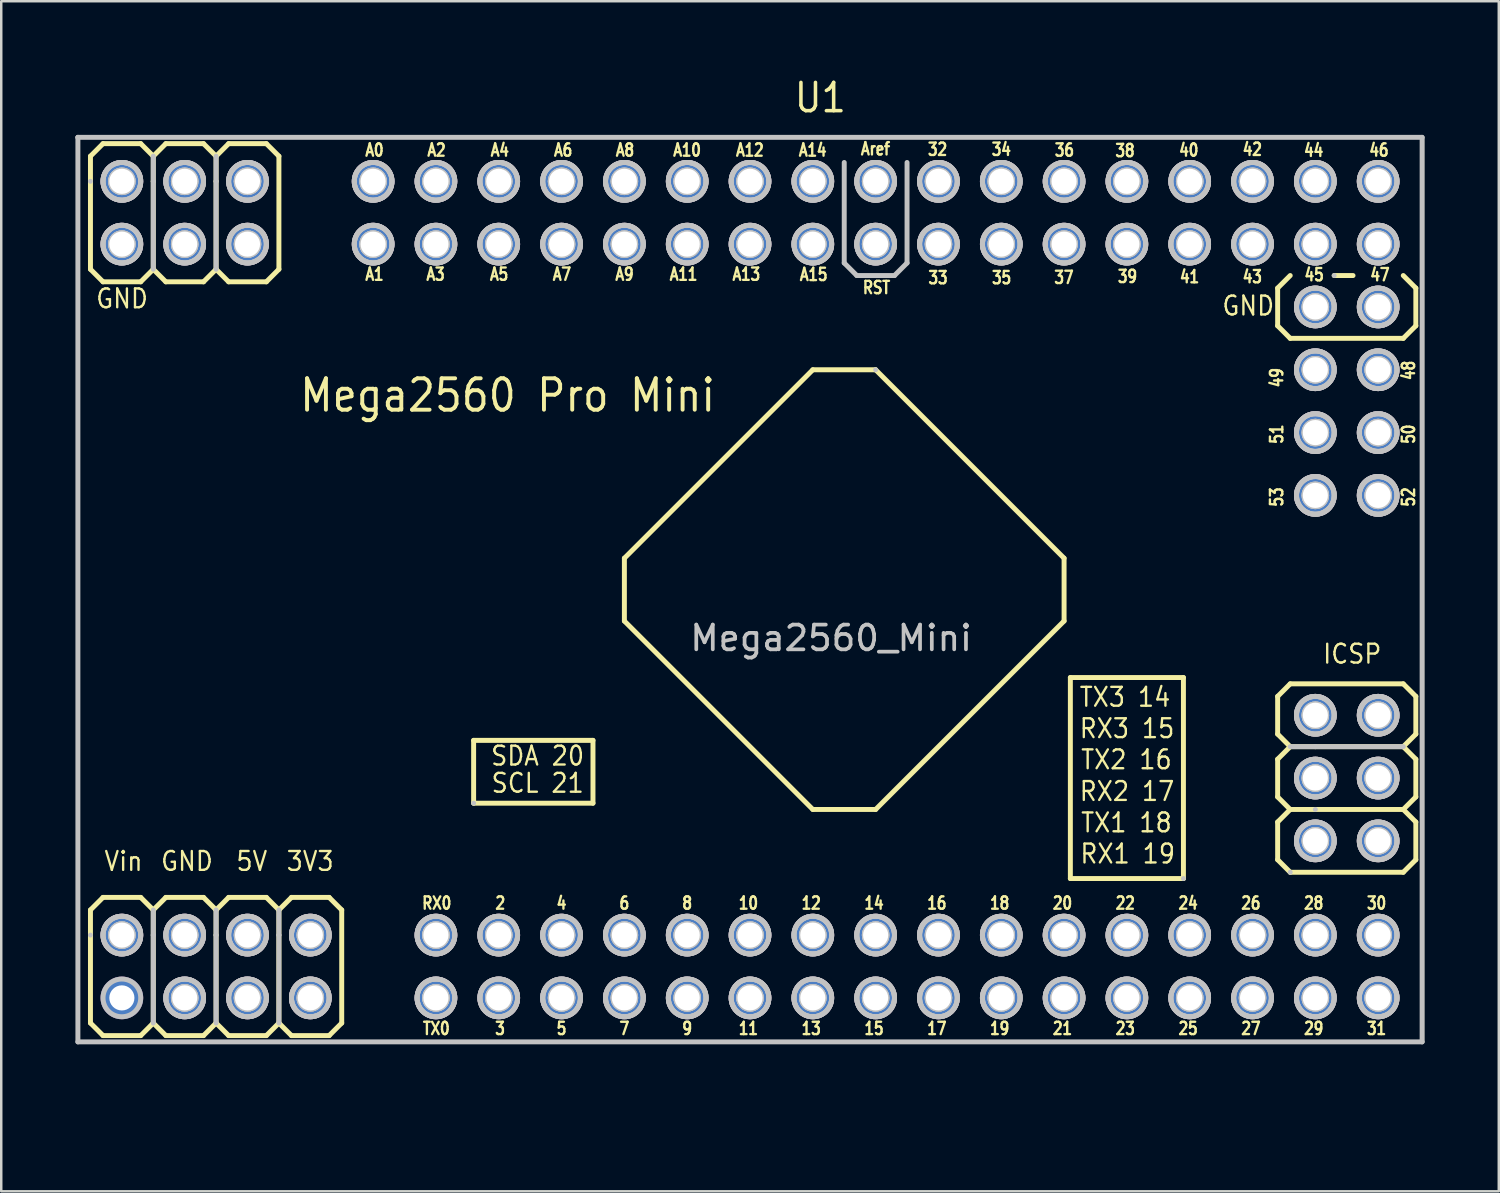
<source format=kicad_pcb>
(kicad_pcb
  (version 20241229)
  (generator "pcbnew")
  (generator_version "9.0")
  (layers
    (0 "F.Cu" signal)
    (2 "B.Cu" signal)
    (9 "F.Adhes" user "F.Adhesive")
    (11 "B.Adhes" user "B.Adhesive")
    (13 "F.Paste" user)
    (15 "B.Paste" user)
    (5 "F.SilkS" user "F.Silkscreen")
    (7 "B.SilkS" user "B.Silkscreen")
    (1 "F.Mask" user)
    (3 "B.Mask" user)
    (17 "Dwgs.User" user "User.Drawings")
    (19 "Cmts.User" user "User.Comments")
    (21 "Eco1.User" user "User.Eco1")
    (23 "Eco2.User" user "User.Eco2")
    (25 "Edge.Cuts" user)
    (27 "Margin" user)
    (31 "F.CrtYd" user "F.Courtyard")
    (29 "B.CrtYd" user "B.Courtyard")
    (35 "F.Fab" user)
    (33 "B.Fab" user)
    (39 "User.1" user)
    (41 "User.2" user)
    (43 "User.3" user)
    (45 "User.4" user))
  (footprint "Mega2560_Mini"
    (layer "F.Cu")
    (at 21.138 41.872)
    (property "Reference" "Mega2560_Mini" (at 9.42 -19.12 0) (layer "Dwgs.User") (effects (font (size 1 1) (thickness 0.15))))
    (attr through_hole)
    (fp_line (start -21.04 -2.79) (end -21.04 -39.36) (stroke (width 0.12) (type solid)) (layer "F.SilkS"))
    (fp_line (start -21.03 -39.36) (end 33.34 -39.36) (stroke (width 0.12) (type solid)) (layer "F.SilkS"))
    (fp_line (start -20.53 -38.606) (end -20.022 -39.114) (stroke (width 0.2) (type solid)) (layer "F.SilkS"))
    (fp_line (start -20.53 -37.59) (end -20.53 -38.606) (stroke (width 0.2) (type solid)) (layer "F.SilkS"))
    (fp_line (start -20.53 -34.034) (end -20.53 -37.59) (stroke (width 0.2) (type solid)) (layer "F.SilkS"))
    (fp_line (start -20.53 -8.126) (end -20.022 -8.634) (stroke (width 0.2) (type solid)) (layer "F.SilkS"))
    (fp_line (start -20.53 -7.11) (end -20.53 -8.126) (stroke (width 0.2) (type solid)) (layer "F.SilkS"))
    (fp_line (start -20.53 -3.554) (end -20.53 -7.11) (stroke (width 0.2) (type solid)) (layer "F.SilkS"))
    (fp_line (start -20.022 -39.114) (end -18.498 -39.114) (stroke (width 0.2) (type solid)) (layer "F.SilkS"))
    (fp_line (start -20.022 -33.526) (end -20.53 -34.034) (stroke (width 0.2) (type solid)) (layer "F.SilkS"))
    (fp_line (start -20.022 -8.634) (end -18.498 -8.634) (stroke (width 0.2) (type solid)) (layer "F.SilkS"))
    (fp_line (start -20.022 -3.046) (end -20.53 -3.554) (stroke (width 0.2) (type solid)) (layer "F.SilkS"))
    (fp_line (start -18.498 -39.114) (end -17.99 -38.606) (stroke (width 0.2) (type solid)) (layer "F.SilkS"))
    (fp_line (start -18.498 -33.526) (end -20.022 -33.526) (stroke (width 0.2) (type solid)) (layer "F.SilkS"))
    (fp_line (start -18.498 -8.634) (end -17.99 -8.126) (stroke (width 0.2) (type solid)) (layer "F.SilkS"))
    (fp_line (start -18.498 -3.046) (end -20.022 -3.046) (stroke (width 0.2) (type solid)) (layer "F.SilkS"))
    (fp_line (start -17.99 -38.606) (end -17.482 -39.114) (stroke (width 0.2) (type solid)) (layer "F.SilkS"))
    (fp_line (start -17.99 -37.59) (end -17.99 -38.606) (stroke (width 0.2) (type solid)) (layer "F.SilkS"))
    (fp_line (start -17.99 -34.034) (end -18.498 -33.526) (stroke (width 0.2) (type solid)) (layer "F.SilkS"))
    (fp_line (start -17.99 -34.034) (end -17.99 -37.59) (stroke (width 0.2) (type solid)) (layer "F.SilkS"))
    (fp_line (start -17.99 -8.126) (end -17.99 -3.554) (stroke (width 0.2) (type solid)) (layer "F.SilkS"))
    (fp_line (start -17.99 -8.126) (end -17.482 -8.634) (stroke (width 0.2) (type solid)) (layer "F.SilkS"))
    (fp_line (start -17.99 -3.554) (end -18.498 -3.046) (stroke (width 0.2) (type solid)) (layer "F.SilkS"))
    (fp_line (start -17.482 -39.114) (end -15.958 -39.114) (stroke (width 0.2) (type solid)) (layer "F.SilkS"))
    (fp_line (start -17.482 -33.526) (end -17.99 -34.034) (stroke (width 0.2) (type solid)) (layer "F.SilkS"))
    (fp_line (start -17.482 -8.634) (end -15.958 -8.634) (stroke (width 0.2) (type solid)) (layer "F.SilkS"))
    (fp_line (start -17.482 -3.046) (end -17.99 -3.554) (stroke (width 0.2) (type solid)) (layer "F.SilkS"))
    (fp_line (start -15.958 -39.114) (end -15.45 -38.606) (stroke (width 0.2) (type solid)) (layer "F.SilkS"))
    (fp_line (start -15.958 -33.526) (end -17.482 -33.526) (stroke (width 0.2) (type solid)) (layer "F.SilkS"))
    (fp_line (start -15.958 -8.634) (end -15.45 -8.126) (stroke (width 0.2) (type solid)) (layer "F.SilkS"))
    (fp_line (start -15.958 -3.046) (end -17.482 -3.046) (stroke (width 0.2) (type solid)) (layer "F.SilkS"))
    (fp_line (start -15.45 -38.606) (end -14.942 -39.114) (stroke (width 0.2) (type solid)) (layer "F.SilkS"))
    (fp_line (start -15.45 -37.59) (end -15.45 -38.606) (stroke (width 0.2) (type solid)) (layer "F.SilkS"))
    (fp_line (start -15.45 -34.034) (end -15.958 -33.526) (stroke (width 0.2) (type solid)) (layer "F.SilkS"))
    (fp_line (start -15.45 -34.034) (end -15.45 -37.59) (stroke (width 0.2) (type solid)) (layer "F.SilkS"))
    (fp_line (start -15.45 -8.126) (end -14.942 -8.634) (stroke (width 0.2) (type solid)) (layer "F.SilkS"))
    (fp_line (start -15.45 -7.11) (end -15.45 -8.126) (stroke (width 0.2) (type solid)) (layer "F.SilkS"))
    (fp_line (start -15.45 -3.554) (end -15.958 -3.046) (stroke (width 0.2) (type solid)) (layer "F.SilkS"))
    (fp_line (start -15.45 -3.554) (end -15.45 -7.11) (stroke (width 0.2) (type solid)) (layer "F.SilkS"))
    (fp_line (start -14.942 -39.114) (end -13.418 -39.114) (stroke (width 0.2) (type solid)) (layer "F.SilkS"))
    (fp_line (start -14.942 -33.526) (end -15.45 -34.034) (stroke (width 0.2) (type solid)) (layer "F.SilkS"))
    (fp_line (start -14.942 -8.634) (end -13.418 -8.634) (stroke (width 0.2) (type solid)) (layer "F.SilkS"))
    (fp_line (start -14.942 -3.046) (end -15.45 -3.554) (stroke (width 0.2) (type solid)) (layer "F.SilkS"))
    (fp_line (start -13.418 -39.114) (end -12.91 -38.606) (stroke (width 0.2) (type solid)) (layer "F.SilkS"))
    (fp_line (start -13.418 -33.526) (end -14.942 -33.526) (stroke (width 0.2) (type solid)) (layer "F.SilkS"))
    (fp_line (start -13.418 -8.634) (end -12.91 -8.126) (stroke (width 0.2) (type solid)) (layer "F.SilkS"))
    (fp_line (start -13.418 -3.046) (end -14.942 -3.046) (stroke (width 0.2) (type solid)) (layer "F.SilkS"))
    (fp_line (start -12.91 -38.606) (end -12.91 -34.034) (stroke (width 0.2) (type solid)) (layer "F.SilkS"))
    (fp_line (start -12.91 -34.034) (end -13.418 -33.526) (stroke (width 0.2) (type solid)) (layer "F.SilkS"))
    (fp_line (start -12.91 -8.126) (end -12.91 -3.554) (stroke (width 0.2) (type solid)) (layer "F.SilkS"))
    (fp_line (start -12.91 -8.126) (end -12.402 -8.634) (stroke (width 0.2) (type solid)) (layer "F.SilkS"))
    (fp_line (start -12.91 -3.554) (end -13.418 -3.046) (stroke (width 0.2) (type solid)) (layer "F.SilkS"))
    (fp_line (start -12.402 -8.634) (end -10.878 -8.634) (stroke (width 0.2) (type solid)) (layer "F.SilkS"))
    (fp_line (start -12.402 -3.046) (end -12.91 -3.554) (stroke (width 0.2) (type solid)) (layer "F.SilkS"))
    (fp_line (start -10.878 -8.634) (end -10.37 -8.126) (stroke (width 0.2) (type solid)) (layer "F.SilkS"))
    (fp_line (start -10.878 -3.046) (end -12.402 -3.046) (stroke (width 0.2) (type solid)) (layer "F.SilkS"))
    (fp_line (start -10.37 -8.126) (end -10.37 -3.554) (stroke (width 0.2) (type solid)) (layer "F.SilkS"))
    (fp_line (start -10.37 -3.554) (end -10.878 -3.046) (stroke (width 0.2) (type solid)) (layer "F.SilkS"))
    (fp_line (start -5.036 -14.984) (end -5.036 -12.444) (stroke (width 0.2) (type solid)) (layer "F.SilkS"))
    (fp_line (start -5.036 -12.444) (end -0.21 -12.444) (stroke (width 0.2) (type solid)) (layer "F.SilkS"))
    (fp_line (start -0.21 -14.984) (end -5.036 -14.984) (stroke (width 0.2) (type solid)) (layer "F.SilkS"))
    (fp_line (start -0.21 -12.444) (end -0.21 -14.984) (stroke (width 0.2) (type solid)) (layer "F.SilkS"))
    (fp_line (start 1.06 -22.35) (end 1.06 -19.81) (stroke (width 0.2) (type solid)) (layer "F.SilkS"))
    (fp_line (start 1.06 -19.81) (end 8.68 -12.19) (stroke (width 0.2) (type solid)) (layer "F.SilkS"))
    (fp_line (start 8.68 -29.97) (end 1.06 -22.35) (stroke (width 0.2) (type solid)) (layer "F.SilkS"))
    (fp_line (start 8.68 -12.19) (end 11.22 -12.19) (stroke (width 0.2) (type solid)) (layer "F.SilkS"))
    (fp_line (start 11.22 -29.97) (end 8.68 -29.97) (stroke (width 0.2) (type solid)) (layer "F.SilkS"))
    (fp_line (start 11.22 -12.19) (end 18.84 -19.81) (stroke (width 0.2) (type solid)) (layer "F.SilkS"))
    (fp_line (start 18.84 -22.35) (end 11.22 -29.97) (stroke (width 0.2) (type solid)) (layer "F.SilkS"))
    (fp_line (start 18.84 -19.81) (end 18.84 -22.35) (stroke (width 0.2) (type solid)) (layer "F.SilkS"))
    (fp_line (start 19.094 -17.524) (end 23.666 -17.524) (stroke (width 0.2) (type solid)) (layer "F.SilkS"))
    (fp_line (start 19.094 -9.396) (end 19.094 -17.524) (stroke (width 0.2) (type solid)) (layer "F.SilkS"))
    (fp_line (start 23.666 -17.524) (end 23.666 -9.396) (stroke (width 0.2) (type solid)) (layer "F.SilkS"))
    (fp_line (start 23.666 -9.396) (end 19.094 -9.396) (stroke (width 0.2) (type solid)) (layer "F.SilkS"))
    (fp_line (start 27.476 -33.272) (end 27.476 -31.748) (stroke (width 0.2) (type solid)) (layer "F.SilkS"))
    (fp_line (start 27.476 -31.748) (end 27.984 -31.24) (stroke (width 0.2) (type solid)) (layer "F.SilkS"))
    (fp_line (start 27.476 -16.762) (end 27.984 -17.27) (stroke (width 0.2) (type solid)) (layer "F.SilkS"))
    (fp_line (start 27.476 -15.238) (end 27.476 -16.762) (stroke (width 0.2) (type solid)) (layer "F.SilkS"))
    (fp_line (start 27.476 -14.222) (end 27.984 -14.73) (stroke (width 0.2) (type solid)) (layer "F.SilkS"))
    (fp_line (start 27.476 -12.698) (end 27.476 -14.222) (stroke (width 0.2) (type solid)) (layer "F.SilkS"))
    (fp_line (start 27.476 -11.682) (end 27.476 -10.158) (stroke (width 0.2) (type solid)) (layer "F.SilkS"))
    (fp_line (start 27.476 -10.158) (end 27.984 -9.65) (stroke (width 0.2) (type solid)) (layer "F.SilkS"))
    (fp_line (start 27.984 -33.78) (end 27.476 -33.272) (stroke (width 0.2) (type solid)) (layer "F.SilkS"))
    (fp_line (start 27.984 -31.24) (end 32.556 -31.24) (stroke (width 0.2) (type solid)) (layer "F.SilkS"))
    (fp_line (start 27.984 -17.27) (end 32.556 -17.27) (stroke (width 0.2) (type solid)) (layer "F.SilkS"))
    (fp_line (start 27.984 -14.73) (end 27.476 -15.238) (stroke (width 0.2) (type solid)) (layer "F.SilkS"))
    (fp_line (start 27.984 -14.73) (end 32.556 -14.73) (stroke (width 0.2) (type solid)) (layer "F.SilkS"))
    (fp_line (start 27.984 -12.19) (end 27.476 -12.698) (stroke (width 0.2) (type solid)) (layer "F.SilkS"))
    (fp_line (start 27.984 -12.19) (end 27.476 -11.682) (stroke (width 0.2) (type solid)) (layer "F.SilkS"))
    (fp_line (start 27.984 -9.65) (end 32.556 -9.65) (stroke (width 0.2) (type solid)) (layer "F.SilkS"))
    (fp_line (start 29 -12.19) (end 27.984 -12.19) (stroke (width 0.2) (type solid)) (layer "F.SilkS"))
    (fp_line (start 29.762 -33.78) (end 30.524 -33.78) (stroke (width 0.2) (type solid)) (layer "F.SilkS"))
    (fp_line (start 32.556 -31.24) (end 33.064 -31.748) (stroke (width 0.2) (type solid)) (layer "F.SilkS"))
    (fp_line (start 32.556 -17.27) (end 33.064 -16.762) (stroke (width 0.2) (type solid)) (layer "F.SilkS"))
    (fp_line (start 32.556 -14.73) (end 33.064 -14.222) (stroke (width 0.2) (type solid)) (layer "F.SilkS"))
    (fp_line (start 32.556 -12.19) (end 29 -12.19) (stroke (width 0.2) (type solid)) (layer "F.SilkS"))
    (fp_line (start 32.556 -12.19) (end 33.064 -11.682) (stroke (width 0.2) (type solid)) (layer "F.SilkS"))
    (fp_line (start 33.064 -33.272) (end 32.556 -33.78) (stroke (width 0.2) (type solid)) (layer "F.SilkS"))
    (fp_line (start 33.064 -31.748) (end 33.064 -33.272) (stroke (width 0.2) (type solid)) (layer "F.SilkS"))
    (fp_line (start 33.064 -16.762) (end 33.064 -15.238) (stroke (width 0.2) (type solid)) (layer "F.SilkS"))
    (fp_line (start 33.064 -15.238) (end 32.556 -14.73) (stroke (width 0.2) (type solid)) (layer "F.SilkS"))
    (fp_line (start 33.064 -14.222) (end 33.064 -12.698) (stroke (width 0.2) (type solid)) (layer "F.SilkS"))
    (fp_line (start 33.064 -12.698) (end 32.556 -12.19) (stroke (width 0.2) (type solid)) (layer "F.SilkS"))
    (fp_line (start 33.064 -11.682) (end 33.064 -10.158) (stroke (width 0.2) (type solid)) (layer "F.SilkS"))
    (fp_line (start 33.064 -10.158) (end 32.556 -9.65) (stroke (width 0.2) (type solid)) (layer "F.SilkS"))
    (fp_line (start 33.34 -39.36) (end 33.34 -2.79) (stroke (width 0.12) (type solid)) (layer "F.SilkS"))
    (fp_line (start 33.34 -2.79) (end -21.04 -2.79) (stroke (width 0.12) (type solid)) (layer "F.SilkS"))
    (fp_line (start -21.038 -39.368) (end -21.038 -39.368) (stroke (width 0.2) (type solid)) (layer "Dwgs.User"))
    (fp_line (start -21.038 -39.368) (end -21.038 -2.792) (stroke (width 0.2) (type solid)) (layer "Dwgs.User"))
    (fp_line (start -21.038 -2.792) (end 33.318 -2.792) (stroke (width 0.2) (type solid)) (layer "Dwgs.User"))
    (fp_line (start -20.53 -37.59) (end -20.53 -37.59) (stroke (width 0.2) (type solid)) (layer "Dwgs.User"))
    (fp_line (start -20.53 -7.11) (end -20.53 -7.11) (stroke (width 0.2) (type solid)) (layer "Dwgs.User"))
    (fp_line (start -17.99 -38.606) (end -17.99 -34.034) (stroke (width 0.2) (type solid)) (layer "Dwgs.User"))
    (fp_line (start -17.99 -37.59) (end -17.99 -37.59) (stroke (width 0.2) (type solid)) (layer "Dwgs.User"))
    (fp_line (start -17.99 -7.11) (end -17.99 -8.126) (stroke (width 0.2) (type solid)) (layer "Dwgs.User"))
    (fp_line (start -17.99 -7.11) (end -17.99 -7.11) (stroke (width 0.2) (type solid)) (layer "Dwgs.User"))
    (fp_line (start -17.99 -3.554) (end -17.99 -7.11) (stroke (width 0.2) (type solid)) (layer "Dwgs.User"))
    (fp_line (start -15.45 -38.606) (end -15.45 -34.034) (stroke (width 0.2) (type solid)) (layer "Dwgs.User"))
    (fp_line (start -15.45 -37.59) (end -15.45 -37.59) (stroke (width 0.2) (type solid)) (layer "Dwgs.User"))
    (fp_line (start -15.45 -8.126) (end -15.45 -3.554) (stroke (width 0.2) (type solid)) (layer "Dwgs.User"))
    (fp_line (start -15.45 -7.11) (end -15.45 -7.11) (stroke (width 0.2) (type solid)) (layer "Dwgs.User"))
    (fp_line (start -12.91 -7.11) (end -12.91 -8.126) (stroke (width 0.2) (type solid)) (layer "Dwgs.User"))
    (fp_line (start -12.91 -7.11) (end -12.91 -7.11) (stroke (width 0.2) (type solid)) (layer "Dwgs.User"))
    (fp_line (start -12.91 -3.554) (end -12.91 -7.11) (stroke (width 0.2) (type solid)) (layer "Dwgs.User"))
    (fp_line (start -5.036 -12.444) (end -5.036 -12.444) (stroke (width 0.2) (type solid)) (layer "Dwgs.User"))
    (fp_line (start 9.95 -34.288) (end 9.95 -38.352) (stroke (width 0.2) (type solid)) (layer "Dwgs.User"))
    (fp_line (start 10.458 -33.78) (end 9.95 -34.288) (stroke (width 0.2) (type solid)) (layer "Dwgs.User"))
    (fp_line (start 11.22 -29.97) (end 11.22 -29.97) (stroke (width 0.2) (type solid)) (layer "Dwgs.User"))
    (fp_line (start 11.982 -33.78) (end 10.458 -33.78) (stroke (width 0.2) (type solid)) (layer "Dwgs.User"))
    (fp_line (start 12.49 -38.352) (end 12.49 -34.288) (stroke (width 0.2) (type solid)) (layer "Dwgs.User"))
    (fp_line (start 12.49 -34.288) (end 11.982 -33.78) (stroke (width 0.2) (type solid)) (layer "Dwgs.User"))
    (fp_line (start 23.666 -9.396) (end 23.666 -9.396) (stroke (width 0.2) (type solid)) (layer "Dwgs.User"))
    (fp_line (start 27.984 -9.65) (end 27.984 -9.65) (stroke (width 0.2) (type solid)) (layer "Dwgs.User"))
    (fp_line (start 29 -14.73) (end 27.984 -14.73) (stroke (width 0.2) (type solid)) (layer "Dwgs.User"))
    (fp_line (start 29 -14.73) (end 29 -14.73) (stroke (width 0.2) (type solid)) (layer "Dwgs.User"))
    (fp_line (start 29 -12.19) (end 29 -12.19) (stroke (width 0.2) (type solid)) (layer "Dwgs.User"))
    (fp_line (start 29.762 -33.78) (end 29.762 -33.78) (stroke (width 0.2) (type solid)) (layer "Dwgs.User"))
    (fp_line (start 32.556 -14.73) (end 29 -14.73) (stroke (width 0.2) (type solid)) (layer "Dwgs.User"))
    (fp_line (start 33.318 -39.368) (end -21.038 -39.368) (stroke (width 0.2) (type solid)) (layer "Dwgs.User"))
    (fp_line (start 33.318 -2.792) (end 33.318 -39.368) (stroke (width 0.2) (type solid)) (layer "Dwgs.User"))
    (fp_circle (center -19.26 -37.59) (end -18.803 -37.59) (stroke (width 0.2) (type solid)) (fill no) (layer "Dwgs.User"))
    (fp_circle (center -19.26 -37.59) (end -18.803 -37.59) (stroke (width 0.2) (type solid)) (fill no) (layer "Dwgs.User"))
    (fp_circle (center -19.26 -37.59) (end -18.803 -37.59) (stroke (width 0.2) (type solid)) (fill no) (layer "Dwgs.User"))
    (fp_circle (center -19.26 -37.59) (end -18.498 -37.59) (stroke (width 0.2) (type solid)) (fill no) (layer "Dwgs.User"))
    (fp_circle (center -19.26 -37.59) (end -18.498 -37.59) (stroke (width 0.2) (type solid)) (fill no) (layer "Dwgs.User"))
    (fp_circle (center -19.26 -37.59) (end -18.498 -37.59) (stroke (width 0.2) (type solid)) (fill no) (layer "Dwgs.User"))
    (fp_circle (center -19.26 -35.05) (end -18.803 -35.05) (stroke (width 0.2) (type solid)) (fill no) (layer "Dwgs.User"))
    (fp_circle (center -19.26 -35.05) (end -18.803 -35.05) (stroke (width 0.2) (type solid)) (fill no) (layer "Dwgs.User"))
    (fp_circle (center -19.26 -35.05) (end -18.803 -35.05) (stroke (width 0.2) (type solid)) (fill no) (layer "Dwgs.User"))
    (fp_circle (center -19.26 -35.05) (end -18.498 -35.05) (stroke (width 0.2) (type solid)) (fill no) (layer "Dwgs.User"))
    (fp_circle (center -19.26 -35.05) (end -18.498 -35.05) (stroke (width 0.2) (type solid)) (fill no) (layer "Dwgs.User"))
    (fp_circle (center -19.26 -35.05) (end -18.498 -35.05) (stroke (width 0.2) (type solid)) (fill no) (layer "Dwgs.User"))
    (fp_circle (center -19.26 -7.11) (end -18.803 -7.11) (stroke (width 0.2) (type solid)) (fill no) (layer "Dwgs.User"))
    (fp_circle (center -19.26 -7.11) (end -18.803 -7.11) (stroke (width 0.2) (type solid)) (fill no) (layer "Dwgs.User"))
    (fp_circle (center -19.26 -7.11) (end -18.803 -7.11) (stroke (width 0.2) (type solid)) (fill no) (layer "Dwgs.User"))
    (fp_circle (center -19.26 -7.11) (end -18.498 -7.11) (stroke (width 0.2) (type solid)) (fill no) (layer "Dwgs.User"))
    (fp_circle (center -19.26 -7.11) (end -18.498 -7.11) (stroke (width 0.2) (type solid)) (fill no) (layer "Dwgs.User"))
    (fp_circle (center -19.26 -7.11) (end -18.498 -7.11) (stroke (width 0.2) (type solid)) (fill no) (layer "Dwgs.User"))
    (fp_circle (center -19.26 -4.57) (end -18.498 -4.57) (stroke (width 0.2) (type solid)) (fill no) (layer "Dwgs.User"))
    (fp_circle (center -16.72 -37.59) (end -16.263 -37.59) (stroke (width 0.2) (type solid)) (fill no) (layer "Dwgs.User"))
    (fp_circle (center -16.72 -37.59) (end -16.263 -37.59) (stroke (width 0.2) (type solid)) (fill no) (layer "Dwgs.User"))
    (fp_circle (center -16.72 -37.59) (end -16.263 -37.59) (stroke (width 0.2) (type solid)) (fill no) (layer "Dwgs.User"))
    (fp_circle (center -16.72 -37.59) (end -15.958 -37.59) (stroke (width 0.2) (type solid)) (fill no) (layer "Dwgs.User"))
    (fp_circle (center -16.72 -37.59) (end -15.958 -37.59) (stroke (width 0.2) (type solid)) (fill no) (layer "Dwgs.User"))
    (fp_circle (center -16.72 -37.59) (end -15.958 -37.59) (stroke (width 0.2) (type solid)) (fill no) (layer "Dwgs.User"))
    (fp_circle (center -16.72 -35.05) (end -16.263 -35.05) (stroke (width 0.2) (type solid)) (fill no) (layer "Dwgs.User"))
    (fp_circle (center -16.72 -35.05) (end -16.263 -35.05) (stroke (width 0.2) (type solid)) (fill no) (layer "Dwgs.User"))
    (fp_circle (center -16.72 -35.05) (end -16.263 -35.05) (stroke (width 0.2) (type solid)) (fill no) (layer "Dwgs.User"))
    (fp_circle (center -16.72 -35.05) (end -15.958 -35.05) (stroke (width 0.2) (type solid)) (fill no) (layer "Dwgs.User"))
    (fp_circle (center -16.72 -35.05) (end -15.958 -35.05) (stroke (width 0.2) (type solid)) (fill no) (layer "Dwgs.User"))
    (fp_circle (center -16.72 -35.05) (end -15.958 -35.05) (stroke (width 0.2) (type solid)) (fill no) (layer "Dwgs.User"))
    (fp_circle (center -16.72 -7.11) (end -16.263 -7.11) (stroke (width 0.2) (type solid)) (fill no) (layer "Dwgs.User"))
    (fp_circle (center -16.72 -7.11) (end -16.263 -7.11) (stroke (width 0.2) (type solid)) (fill no) (layer "Dwgs.User"))
    (fp_circle (center -16.72 -7.11) (end -16.263 -7.11) (stroke (width 0.2) (type solid)) (fill no) (layer "Dwgs.User"))
    (fp_circle (center -16.72 -7.11) (end -15.958 -7.11) (stroke (width 0.2) (type solid)) (fill no) (layer "Dwgs.User"))
    (fp_circle (center -16.72 -7.11) (end -15.958 -7.11) (stroke (width 0.2) (type solid)) (fill no) (layer "Dwgs.User"))
    (fp_circle (center -16.72 -7.11) (end -15.958 -7.11) (stroke (width 0.2) (type solid)) (fill no) (layer "Dwgs.User"))
    (fp_circle (center -16.72 -4.57) (end -16.263 -4.57) (stroke (width 0.2) (type solid)) (fill no) (layer "Dwgs.User"))
    (fp_circle (center -16.72 -4.57) (end -16.263 -4.57) (stroke (width 0.2) (type solid)) (fill no) (layer "Dwgs.User"))
    (fp_circle (center -16.72 -4.57) (end -16.263 -4.57) (stroke (width 0.2) (type solid)) (fill no) (layer "Dwgs.User"))
    (fp_circle (center -16.72 -4.57) (end -15.958 -4.57) (stroke (width 0.2) (type solid)) (fill no) (layer "Dwgs.User"))
    (fp_circle (center -16.72 -4.57) (end -15.958 -4.57) (stroke (width 0.2) (type solid)) (fill no) (layer "Dwgs.User"))
    (fp_circle (center -16.72 -4.57) (end -15.958 -4.57) (stroke (width 0.2) (type solid)) (fill no) (layer "Dwgs.User"))
    (fp_circle (center -14.18 -37.59) (end -13.723 -37.59) (stroke (width 0.2) (type solid)) (fill no) (layer "Dwgs.User"))
    (fp_circle (center -14.18 -37.59) (end -13.723 -37.59) (stroke (width 0.2) (type solid)) (fill no) (layer "Dwgs.User"))
    (fp_circle (center -14.18 -37.59) (end -13.723 -37.59) (stroke (width 0.2) (type solid)) (fill no) (layer "Dwgs.User"))
    (fp_circle (center -14.18 -37.59) (end -13.418 -37.59) (stroke (width 0.2) (type solid)) (fill no) (layer "Dwgs.User"))
    (fp_circle (center -14.18 -37.59) (end -13.418 -37.59) (stroke (width 0.2) (type solid)) (fill no) (layer "Dwgs.User"))
    (fp_circle (center -14.18 -37.59) (end -13.418 -37.59) (stroke (width 0.2) (type solid)) (fill no) (layer "Dwgs.User"))
    (fp_circle (center -14.18 -35.05) (end -13.723 -35.05) (stroke (width 0.2) (type solid)) (fill no) (layer "Dwgs.User"))
    (fp_circle (center -14.18 -35.05) (end -13.723 -35.05) (stroke (width 0.2) (type solid)) (fill no) (layer "Dwgs.User"))
    (fp_circle (center -14.18 -35.05) (end -13.723 -35.05) (stroke (width 0.2) (type solid)) (fill no) (layer "Dwgs.User"))
    (fp_circle (center -14.18 -35.05) (end -13.418 -35.05) (stroke (width 0.2) (type solid)) (fill no) (layer "Dwgs.User"))
    (fp_circle (center -14.18 -35.05) (end -13.418 -35.05) (stroke (width 0.2) (type solid)) (fill no) (layer "Dwgs.User"))
    (fp_circle (center -14.18 -35.05) (end -13.418 -35.05) (stroke (width 0.2) (type solid)) (fill no) (layer "Dwgs.User"))
    (fp_circle (center -14.18 -7.11) (end -13.723 -7.11) (stroke (width 0.2) (type solid)) (fill no) (layer "Dwgs.User"))
    (fp_circle (center -14.18 -7.11) (end -13.723 -7.11) (stroke (width 0.2) (type solid)) (fill no) (layer "Dwgs.User"))
    (fp_circle (center -14.18 -7.11) (end -13.723 -7.11) (stroke (width 0.2) (type solid)) (fill no) (layer "Dwgs.User"))
    (fp_circle (center -14.18 -7.11) (end -13.418 -7.11) (stroke (width 0.2) (type solid)) (fill no) (layer "Dwgs.User"))
    (fp_circle (center -14.18 -7.11) (end -13.418 -7.11) (stroke (width 0.2) (type solid)) (fill no) (layer "Dwgs.User"))
    (fp_circle (center -14.18 -7.11) (end -13.418 -7.11) (stroke (width 0.2) (type solid)) (fill no) (layer "Dwgs.User"))
    (fp_circle (center -14.18 -4.57) (end -13.723 -4.57) (stroke (width 0.2) (type solid)) (fill no) (layer "Dwgs.User"))
    (fp_circle (center -14.18 -4.57) (end -13.723 -4.57) (stroke (width 0.2) (type solid)) (fill no) (layer "Dwgs.User"))
    (fp_circle (center -14.18 -4.57) (end -13.723 -4.57) (stroke (width 0.2) (type solid)) (fill no) (layer "Dwgs.User"))
    (fp_circle (center -14.18 -4.57) (end -13.418 -4.57) (stroke (width 0.2) (type solid)) (fill no) (layer "Dwgs.User"))
    (fp_circle (center -14.18 -4.57) (end -13.418 -4.57) (stroke (width 0.2) (type solid)) (fill no) (layer "Dwgs.User"))
    (fp_circle (center -14.18 -4.57) (end -13.418 -4.57) (stroke (width 0.2) (type solid)) (fill no) (layer "Dwgs.User"))
    (fp_circle (center -11.64 -7.11) (end -11.183 -7.11) (stroke (width 0.2) (type solid)) (fill no) (layer "Dwgs.User"))
    (fp_circle (center -11.64 -7.11) (end -11.183 -7.11) (stroke (width 0.2) (type solid)) (fill no) (layer "Dwgs.User"))
    (fp_circle (center -11.64 -7.11) (end -11.183 -7.11) (stroke (width 0.2) (type solid)) (fill no) (layer "Dwgs.User"))
    (fp_circle (center -11.64 -7.11) (end -10.878 -7.11) (stroke (width 0.2) (type solid)) (fill no) (layer "Dwgs.User"))
    (fp_circle (center -11.64 -7.11) (end -10.878 -7.11) (stroke (width 0.2) (type solid)) (fill no) (layer "Dwgs.User"))
    (fp_circle (center -11.64 -7.11) (end -10.878 -7.11) (stroke (width 0.2) (type solid)) (fill no) (layer "Dwgs.User"))
    (fp_circle (center -11.64 -4.57) (end -11.183 -4.57) (stroke (width 0.2) (type solid)) (fill no) (layer "Dwgs.User"))
    (fp_circle (center -11.64 -4.57) (end -11.183 -4.57) (stroke (width 0.2) (type solid)) (fill no) (layer "Dwgs.User"))
    (fp_circle (center -11.64 -4.57) (end -11.183 -4.57) (stroke (width 0.2) (type solid)) (fill no) (layer "Dwgs.User"))
    (fp_circle (center -11.64 -4.57) (end -10.878 -4.57) (stroke (width 0.2) (type solid)) (fill no) (layer "Dwgs.User"))
    (fp_circle (center -11.64 -4.57) (end -10.878 -4.57) (stroke (width 0.2) (type solid)) (fill no) (layer "Dwgs.User"))
    (fp_circle (center -11.64 -4.57) (end -10.878 -4.57) (stroke (width 0.2) (type solid)) (fill no) (layer "Dwgs.User"))
    (fp_circle (center -9.1 -37.59) (end -8.643 -37.59) (stroke (width 0.2) (type solid)) (fill no) (layer "Dwgs.User"))
    (fp_circle (center -9.1 -37.59) (end -8.643 -37.59) (stroke (width 0.2) (type solid)) (fill no) (layer "Dwgs.User"))
    (fp_circle (center -9.1 -37.59) (end -8.643 -37.59) (stroke (width 0.2) (type solid)) (fill no) (layer "Dwgs.User"))
    (fp_circle (center -9.1 -37.59) (end -8.338 -37.59) (stroke (width 0.2) (type solid)) (fill no) (layer "Dwgs.User"))
    (fp_circle (center -9.1 -37.59) (end -8.338 -37.59) (stroke (width 0.2) (type solid)) (fill no) (layer "Dwgs.User"))
    (fp_circle (center -9.1 -37.59) (end -8.338 -37.59) (stroke (width 0.2) (type solid)) (fill no) (layer "Dwgs.User"))
    (fp_circle (center -9.1 -35.05) (end -8.643 -35.05) (stroke (width 0.2) (type solid)) (fill no) (layer "Dwgs.User"))
    (fp_circle (center -9.1 -35.05) (end -8.643 -35.05) (stroke (width 0.2) (type solid)) (fill no) (layer "Dwgs.User"))
    (fp_circle (center -9.1 -35.05) (end -8.643 -35.05) (stroke (width 0.2) (type solid)) (fill no) (layer "Dwgs.User"))
    (fp_circle (center -9.1 -35.05) (end -8.338 -35.05) (stroke (width 0.2) (type solid)) (fill no) (layer "Dwgs.User"))
    (fp_circle (center -9.1 -35.05) (end -8.338 -35.05) (stroke (width 0.2) (type solid)) (fill no) (layer "Dwgs.User"))
    (fp_circle (center -9.1 -35.05) (end -8.338 -35.05) (stroke (width 0.2) (type solid)) (fill no) (layer "Dwgs.User"))
    (fp_circle (center -6.56 -37.59) (end -6.103 -37.59) (stroke (width 0.2) (type solid)) (fill no) (layer "Dwgs.User"))
    (fp_circle (center -6.56 -37.59) (end -6.103 -37.59) (stroke (width 0.2) (type solid)) (fill no) (layer "Dwgs.User"))
    (fp_circle (center -6.56 -37.59) (end -6.103 -37.59) (stroke (width 0.2) (type solid)) (fill no) (layer "Dwgs.User"))
    (fp_circle (center -6.56 -37.59) (end -5.798 -37.59) (stroke (width 0.2) (type solid)) (fill no) (layer "Dwgs.User"))
    (fp_circle (center -6.56 -37.59) (end -5.798 -37.59) (stroke (width 0.2) (type solid)) (fill no) (layer "Dwgs.User"))
    (fp_circle (center -6.56 -37.59) (end -5.798 -37.59) (stroke (width 0.2) (type solid)) (fill no) (layer "Dwgs.User"))
    (fp_circle (center -6.56 -35.05) (end -6.103 -35.05) (stroke (width 0.2) (type solid)) (fill no) (layer "Dwgs.User"))
    (fp_circle (center -6.56 -35.05) (end -6.103 -35.05) (stroke (width 0.2) (type solid)) (fill no) (layer "Dwgs.User"))
    (fp_circle (center -6.56 -35.05) (end -6.103 -35.05) (stroke (width 0.2) (type solid)) (fill no) (layer "Dwgs.User"))
    (fp_circle (center -6.56 -35.05) (end -5.798 -35.05) (stroke (width 0.2) (type solid)) (fill no) (layer "Dwgs.User"))
    (fp_circle (center -6.56 -35.05) (end -5.798 -35.05) (stroke (width 0.2) (type solid)) (fill no) (layer "Dwgs.User"))
    (fp_circle (center -6.56 -35.05) (end -5.798 -35.05) (stroke (width 0.2) (type solid)) (fill no) (layer "Dwgs.User"))
    (fp_circle (center -6.56 -7.11) (end -6.103 -7.11) (stroke (width 0.2) (type solid)) (fill no) (layer "Dwgs.User"))
    (fp_circle (center -6.56 -7.11) (end -6.103 -7.11) (stroke (width 0.2) (type solid)) (fill no) (layer "Dwgs.User"))
    (fp_circle (center -6.56 -7.11) (end -6.103 -7.11) (stroke (width 0.2) (type solid)) (fill no) (layer "Dwgs.User"))
    (fp_circle (center -6.56 -7.11) (end -5.798 -7.11) (stroke (width 0.2) (type solid)) (fill no) (layer "Dwgs.User"))
    (fp_circle (center -6.56 -7.11) (end -5.798 -7.11) (stroke (width 0.2) (type solid)) (fill no) (layer "Dwgs.User"))
    (fp_circle (center -6.56 -7.11) (end -5.798 -7.11) (stroke (width 0.2) (type solid)) (fill no) (layer "Dwgs.User"))
    (fp_circle (center -6.56 -4.57) (end -6.103 -4.57) (stroke (width 0.2) (type solid)) (fill no) (layer "Dwgs.User"))
    (fp_circle (center -6.56 -4.57) (end -6.103 -4.57) (stroke (width 0.2) (type solid)) (fill no) (layer "Dwgs.User"))
    (fp_circle (center -6.56 -4.57) (end -6.103 -4.57) (stroke (width 0.2) (type solid)) (fill no) (layer "Dwgs.User"))
    (fp_circle (center -6.56 -4.57) (end -5.798 -4.57) (stroke (width 0.2) (type solid)) (fill no) (layer "Dwgs.User"))
    (fp_circle (center -6.56 -4.57) (end -5.798 -4.57) (stroke (width 0.2) (type solid)) (fill no) (layer "Dwgs.User"))
    (fp_circle (center -6.56 -4.57) (end -5.798 -4.57) (stroke (width 0.2) (type solid)) (fill no) (layer "Dwgs.User"))
    (fp_circle (center -4.02 -37.59) (end -3.563 -37.59) (stroke (width 0.2) (type solid)) (fill no) (layer "Dwgs.User"))
    (fp_circle (center -4.02 -37.59) (end -3.563 -37.59) (stroke (width 0.2) (type solid)) (fill no) (layer "Dwgs.User"))
    (fp_circle (center -4.02 -37.59) (end -3.563 -37.59) (stroke (width 0.2) (type solid)) (fill no) (layer "Dwgs.User"))
    (fp_circle (center -4.02 -37.59) (end -3.258 -37.59) (stroke (width 0.2) (type solid)) (fill no) (layer "Dwgs.User"))
    (fp_circle (center -4.02 -37.59) (end -3.258 -37.59) (stroke (width 0.2) (type solid)) (fill no) (layer "Dwgs.User"))
    (fp_circle (center -4.02 -37.59) (end -3.258 -37.59) (stroke (width 0.2) (type solid)) (fill no) (layer "Dwgs.User"))
    (fp_circle (center -4.02 -35.05) (end -3.563 -35.05) (stroke (width 0.2) (type solid)) (fill no) (layer "Dwgs.User"))
    (fp_circle (center -4.02 -35.05) (end -3.563 -35.05) (stroke (width 0.2) (type solid)) (fill no) (layer "Dwgs.User"))
    (fp_circle (center -4.02 -35.05) (end -3.563 -35.05) (stroke (width 0.2) (type solid)) (fill no) (layer "Dwgs.User"))
    (fp_circle (center -4.02 -35.05) (end -3.258 -35.05) (stroke (width 0.2) (type solid)) (fill no) (layer "Dwgs.User"))
    (fp_circle (center -4.02 -35.05) (end -3.258 -35.05) (stroke (width 0.2) (type solid)) (fill no) (layer "Dwgs.User"))
    (fp_circle (center -4.02 -35.05) (end -3.258 -35.05) (stroke (width 0.2) (type solid)) (fill no) (layer "Dwgs.User"))
    (fp_circle (center -4.02 -7.11) (end -3.563 -7.11) (stroke (width 0.2) (type solid)) (fill no) (layer "Dwgs.User"))
    (fp_circle (center -4.02 -7.11) (end -3.563 -7.11) (stroke (width 0.2) (type solid)) (fill no) (layer "Dwgs.User"))
    (fp_circle (center -4.02 -7.11) (end -3.563 -7.11) (stroke (width 0.2) (type solid)) (fill no) (layer "Dwgs.User"))
    (fp_circle (center -4.02 -7.11) (end -3.258 -7.11) (stroke (width 0.2) (type solid)) (fill no) (layer "Dwgs.User"))
    (fp_circle (center -4.02 -7.11) (end -3.258 -7.11) (stroke (width 0.2) (type solid)) (fill no) (layer "Dwgs.User"))
    (fp_circle (center -4.02 -7.11) (end -3.258 -7.11) (stroke (width 0.2) (type solid)) (fill no) (layer "Dwgs.User"))
    (fp_circle (center -4.02 -4.57) (end -3.563 -4.57) (stroke (width 0.2) (type solid)) (fill no) (layer "Dwgs.User"))
    (fp_circle (center -4.02 -4.57) (end -3.563 -4.57) (stroke (width 0.2) (type solid)) (fill no) (layer "Dwgs.User"))
    (fp_circle (center -4.02 -4.57) (end -3.563 -4.57) (stroke (width 0.2) (type solid)) (fill no) (layer "Dwgs.User"))
    (fp_circle (center -4.02 -4.57) (end -3.258 -4.57) (stroke (width 0.2) (type solid)) (fill no) (layer "Dwgs.User"))
    (fp_circle (center -4.02 -4.57) (end -3.258 -4.57) (stroke (width 0.2) (type solid)) (fill no) (layer "Dwgs.User"))
    (fp_circle (center -4.02 -4.57) (end -3.258 -4.57) (stroke (width 0.2) (type solid)) (fill no) (layer "Dwgs.User"))
    (fp_circle (center -1.48 -37.59) (end -1.023 -37.59) (stroke (width 0.2) (type solid)) (fill no) (layer "Dwgs.User"))
    (fp_circle (center -1.48 -37.59) (end -1.023 -37.59) (stroke (width 0.2) (type solid)) (fill no) (layer "Dwgs.User"))
    (fp_circle (center -1.48 -37.59) (end -1.023 -37.59) (stroke (width 0.2) (type solid)) (fill no) (layer "Dwgs.User"))
    (fp_circle (center -1.48 -37.59) (end -0.718 -37.59) (stroke (width 0.2) (type solid)) (fill no) (layer "Dwgs.User"))
    (fp_circle (center -1.48 -37.59) (end -0.718 -37.59) (stroke (width 0.2) (type solid)) (fill no) (layer "Dwgs.User"))
    (fp_circle (center -1.48 -37.59) (end -0.718 -37.59) (stroke (width 0.2) (type solid)) (fill no) (layer "Dwgs.User"))
    (fp_circle (center -1.48 -35.05) (end -1.023 -35.05) (stroke (width 0.2) (type solid)) (fill no) (layer "Dwgs.User"))
    (fp_circle (center -1.48 -35.05) (end -1.023 -35.05) (stroke (width 0.2) (type solid)) (fill no) (layer "Dwgs.User"))
    (fp_circle (center -1.48 -35.05) (end -1.023 -35.05) (stroke (width 0.2) (type solid)) (fill no) (layer "Dwgs.User"))
    (fp_circle (center -1.48 -35.05) (end -0.718 -35.05) (stroke (width 0.2) (type solid)) (fill no) (layer "Dwgs.User"))
    (fp_circle (center -1.48 -35.05) (end -0.718 -35.05) (stroke (width 0.2) (type solid)) (fill no) (layer "Dwgs.User"))
    (fp_circle (center -1.48 -35.05) (end -0.718 -35.05) (stroke (width 0.2) (type solid)) (fill no) (layer "Dwgs.User"))
    (fp_circle (center -1.48 -7.11) (end -1.023 -7.11) (stroke (width 0.2) (type solid)) (fill no) (layer "Dwgs.User"))
    (fp_circle (center -1.48 -7.11) (end -1.023 -7.11) (stroke (width 0.2) (type solid)) (fill no) (layer "Dwgs.User"))
    (fp_circle (center -1.48 -7.11) (end -1.023 -7.11) (stroke (width 0.2) (type solid)) (fill no) (layer "Dwgs.User"))
    (fp_circle (center -1.48 -7.11) (end -0.718 -7.11) (stroke (width 0.2) (type solid)) (fill no) (layer "Dwgs.User"))
    (fp_circle (center -1.48 -7.11) (end -0.718 -7.11) (stroke (width 0.2) (type solid)) (fill no) (layer "Dwgs.User"))
    (fp_circle (center -1.48 -7.11) (end -0.718 -7.11) (stroke (width 0.2) (type solid)) (fill no) (layer "Dwgs.User"))
    (fp_circle (center -1.48 -4.57) (end -1.023 -4.57) (stroke (width 0.2) (type solid)) (fill no) (layer "Dwgs.User"))
    (fp_circle (center -1.48 -4.57) (end -1.023 -4.57) (stroke (width 0.2) (type solid)) (fill no) (layer "Dwgs.User"))
    (fp_circle (center -1.48 -4.57) (end -1.023 -4.57) (stroke (width 0.2) (type solid)) (fill no) (layer "Dwgs.User"))
    (fp_circle (center -1.48 -4.57) (end -0.718 -4.57) (stroke (width 0.2) (type solid)) (fill no) (layer "Dwgs.User"))
    (fp_circle (center -1.48 -4.57) (end -0.718 -4.57) (stroke (width 0.2) (type solid)) (fill no) (layer "Dwgs.User"))
    (fp_circle (center -1.48 -4.57) (end -0.718 -4.57) (stroke (width 0.2) (type solid)) (fill no) (layer "Dwgs.User"))
    (fp_circle (center 1.06 -37.59) (end 1.517 -37.59) (stroke (width 0.2) (type solid)) (fill no) (layer "Dwgs.User"))
    (fp_circle (center 1.06 -37.59) (end 1.517 -37.59) (stroke (width 0.2) (type solid)) (fill no) (layer "Dwgs.User"))
    (fp_circle (center 1.06 -37.59) (end 1.517 -37.59) (stroke (width 0.2) (type solid)) (fill no) (layer "Dwgs.User"))
    (fp_circle (center 1.06 -37.59) (end 1.822 -37.59) (stroke (width 0.2) (type solid)) (fill no) (layer "Dwgs.User"))
    (fp_circle (center 1.06 -37.59) (end 1.822 -37.59) (stroke (width 0.2) (type solid)) (fill no) (layer "Dwgs.User"))
    (fp_circle (center 1.06 -37.59) (end 1.822 -37.59) (stroke (width 0.2) (type solid)) (fill no) (layer "Dwgs.User"))
    (fp_circle (center 1.06 -35.05) (end 1.517 -35.05) (stroke (width 0.2) (type solid)) (fill no) (layer "Dwgs.User"))
    (fp_circle (center 1.06 -35.05) (end 1.517 -35.05) (stroke (width 0.2) (type solid)) (fill no) (layer "Dwgs.User"))
    (fp_circle (center 1.06 -35.05) (end 1.517 -35.05) (stroke (width 0.2) (type solid)) (fill no) (layer "Dwgs.User"))
    (fp_circle (center 1.06 -35.05) (end 1.822 -35.05) (stroke (width 0.2) (type solid)) (fill no) (layer "Dwgs.User"))
    (fp_circle (center 1.06 -35.05) (end 1.822 -35.05) (stroke (width 0.2) (type solid)) (fill no) (layer "Dwgs.User"))
    (fp_circle (center 1.06 -35.05) (end 1.822 -35.05) (stroke (width 0.2) (type solid)) (fill no) (layer "Dwgs.User"))
    (fp_circle (center 1.06 -7.11) (end 1.517 -7.11) (stroke (width 0.2) (type solid)) (fill no) (layer "Dwgs.User"))
    (fp_circle (center 1.06 -7.11) (end 1.517 -7.11) (stroke (width 0.2) (type solid)) (fill no) (layer "Dwgs.User"))
    (fp_circle (center 1.06 -7.11) (end 1.517 -7.11) (stroke (width 0.2) (type solid)) (fill no) (layer "Dwgs.User"))
    (fp_circle (center 1.06 -7.11) (end 1.822 -7.11) (stroke (width 0.2) (type solid)) (fill no) (layer "Dwgs.User"))
    (fp_circle (center 1.06 -7.11) (end 1.822 -7.11) (stroke (width 0.2) (type solid)) (fill no) (layer "Dwgs.User"))
    (fp_circle (center 1.06 -7.11) (end 1.822 -7.11) (stroke (width 0.2) (type solid)) (fill no) (layer "Dwgs.User"))
    (fp_circle (center 1.06 -4.57) (end 1.517 -4.57) (stroke (width 0.2) (type solid)) (fill no) (layer "Dwgs.User"))
    (fp_circle (center 1.06 -4.57) (end 1.517 -4.57) (stroke (width 0.2) (type solid)) (fill no) (layer "Dwgs.User"))
    (fp_circle (center 1.06 -4.57) (end 1.517 -4.57) (stroke (width 0.2) (type solid)) (fill no) (layer "Dwgs.User"))
    (fp_circle (center 1.06 -4.57) (end 1.822 -4.57) (stroke (width 0.2) (type solid)) (fill no) (layer "Dwgs.User"))
    (fp_circle (center 1.06 -4.57) (end 1.822 -4.57) (stroke (width 0.2) (type solid)) (fill no) (layer "Dwgs.User"))
    (fp_circle (center 1.06 -4.57) (end 1.822 -4.57) (stroke (width 0.2) (type solid)) (fill no) (layer "Dwgs.User"))
    (fp_circle (center 3.6 -37.59) (end 4.057 -37.59) (stroke (width 0.2) (type solid)) (fill no) (layer "Dwgs.User"))
    (fp_circle (center 3.6 -37.59) (end 4.057 -37.59) (stroke (width 0.2) (type solid)) (fill no) (layer "Dwgs.User"))
    (fp_circle (center 3.6 -37.59) (end 4.057 -37.59) (stroke (width 0.2) (type solid)) (fill no) (layer "Dwgs.User"))
    (fp_circle (center 3.6 -37.59) (end 4.362 -37.59) (stroke (width 0.2) (type solid)) (fill no) (layer "Dwgs.User"))
    (fp_circle (center 3.6 -37.59) (end 4.362 -37.59) (stroke (width 0.2) (type solid)) (fill no) (layer "Dwgs.User"))
    (fp_circle (center 3.6 -37.59) (end 4.362 -37.59) (stroke (width 0.2) (type solid)) (fill no) (layer "Dwgs.User"))
    (fp_circle (center 3.6 -35.05) (end 4.057 -35.05) (stroke (width 0.2) (type solid)) (fill no) (layer "Dwgs.User"))
    (fp_circle (center 3.6 -35.05) (end 4.057 -35.05) (stroke (width 0.2) (type solid)) (fill no) (layer "Dwgs.User"))
    (fp_circle (center 3.6 -35.05) (end 4.057 -35.05) (stroke (width 0.2) (type solid)) (fill no) (layer "Dwgs.User"))
    (fp_circle (center 3.6 -35.05) (end 4.362 -35.05) (stroke (width 0.2) (type solid)) (fill no) (layer "Dwgs.User"))
    (fp_circle (center 3.6 -35.05) (end 4.362 -35.05) (stroke (width 0.2) (type solid)) (fill no) (layer "Dwgs.User"))
    (fp_circle (center 3.6 -35.05) (end 4.362 -35.05) (stroke (width 0.2) (type solid)) (fill no) (layer "Dwgs.User"))
    (fp_circle (center 3.6 -7.11) (end 4.057 -7.11) (stroke (width 0.2) (type solid)) (fill no) (layer "Dwgs.User"))
    (fp_circle (center 3.6 -7.11) (end 4.057 -7.11) (stroke (width 0.2) (type solid)) (fill no) (layer "Dwgs.User"))
    (fp_circle (center 3.6 -7.11) (end 4.057 -7.11) (stroke (width 0.2) (type solid)) (fill no) (layer "Dwgs.User"))
    (fp_circle (center 3.6 -7.11) (end 4.362 -7.11) (stroke (width 0.2) (type solid)) (fill no) (layer "Dwgs.User"))
    (fp_circle (center 3.6 -7.11) (end 4.362 -7.11) (stroke (width 0.2) (type solid)) (fill no) (layer "Dwgs.User"))
    (fp_circle (center 3.6 -7.11) (end 4.362 -7.11) (stroke (width 0.2) (type solid)) (fill no) (layer "Dwgs.User"))
    (fp_circle (center 3.6 -4.57) (end 4.057 -4.57) (stroke (width 0.2) (type solid)) (fill no) (layer "Dwgs.User"))
    (fp_circle (center 3.6 -4.57) (end 4.057 -4.57) (stroke (width 0.2) (type solid)) (fill no) (layer "Dwgs.User"))
    (fp_circle (center 3.6 -4.57) (end 4.057 -4.57) (stroke (width 0.2) (type solid)) (fill no) (layer "Dwgs.User"))
    (fp_circle (center 3.6 -4.57) (end 4.362 -4.57) (stroke (width 0.2) (type solid)) (fill no) (layer "Dwgs.User"))
    (fp_circle (center 3.6 -4.57) (end 4.362 -4.57) (stroke (width 0.2) (type solid)) (fill no) (layer "Dwgs.User"))
    (fp_circle (center 3.6 -4.57) (end 4.362 -4.57) (stroke (width 0.2) (type solid)) (fill no) (layer "Dwgs.User"))
    (fp_circle (center 6.14 -37.59) (end 6.597 -37.59) (stroke (width 0.2) (type solid)) (fill no) (layer "Dwgs.User"))
    (fp_circle (center 6.14 -37.59) (end 6.597 -37.59) (stroke (width 0.2) (type solid)) (fill no) (layer "Dwgs.User"))
    (fp_circle (center 6.14 -37.59) (end 6.597 -37.59) (stroke (width 0.2) (type solid)) (fill no) (layer "Dwgs.User"))
    (fp_circle (center 6.14 -37.59) (end 6.902 -37.59) (stroke (width 0.2) (type solid)) (fill no) (layer "Dwgs.User"))
    (fp_circle (center 6.14 -37.59) (end 6.902 -37.59) (stroke (width 0.2) (type solid)) (fill no) (layer "Dwgs.User"))
    (fp_circle (center 6.14 -37.59) (end 6.902 -37.59) (stroke (width 0.2) (type solid)) (fill no) (layer "Dwgs.User"))
    (fp_circle (center 6.14 -35.05) (end 6.597 -35.05) (stroke (width 0.2) (type solid)) (fill no) (layer "Dwgs.User"))
    (fp_circle (center 6.14 -35.05) (end 6.597 -35.05) (stroke (width 0.2) (type solid)) (fill no) (layer "Dwgs.User"))
    (fp_circle (center 6.14 -35.05) (end 6.597 -35.05) (stroke (width 0.2) (type solid)) (fill no) (layer "Dwgs.User"))
    (fp_circle (center 6.14 -35.05) (end 6.902 -35.05) (stroke (width 0.2) (type solid)) (fill no) (layer "Dwgs.User"))
    (fp_circle (center 6.14 -35.05) (end 6.902 -35.05) (stroke (width 0.2) (type solid)) (fill no) (layer "Dwgs.User"))
    (fp_circle (center 6.14 -35.05) (end 6.902 -35.05) (stroke (width 0.2) (type solid)) (fill no) (layer "Dwgs.User"))
    (fp_circle (center 6.14 -7.11) (end 6.597 -7.11) (stroke (width 0.2) (type solid)) (fill no) (layer "Dwgs.User"))
    (fp_circle (center 6.14 -7.11) (end 6.597 -7.11) (stroke (width 0.2) (type solid)) (fill no) (layer "Dwgs.User"))
    (fp_circle (center 6.14 -7.11) (end 6.597 -7.11) (stroke (width 0.2) (type solid)) (fill no) (layer "Dwgs.User"))
    (fp_circle (center 6.14 -7.11) (end 6.902 -7.11) (stroke (width 0.2) (type solid)) (fill no) (layer "Dwgs.User"))
    (fp_circle (center 6.14 -7.11) (end 6.902 -7.11) (stroke (width 0.2) (type solid)) (fill no) (layer "Dwgs.User"))
    (fp_circle (center 6.14 -7.11) (end 6.902 -7.11) (stroke (width 0.2) (type solid)) (fill no) (layer "Dwgs.User"))
    (fp_circle (center 6.14 -4.57) (end 6.597 -4.57) (stroke (width 0.2) (type solid)) (fill no) (layer "Dwgs.User"))
    (fp_circle (center 6.14 -4.57) (end 6.597 -4.57) (stroke (width 0.2) (type solid)) (fill no) (layer "Dwgs.User"))
    (fp_circle (center 6.14 -4.57) (end 6.597 -4.57) (stroke (width 0.2) (type solid)) (fill no) (layer "Dwgs.User"))
    (fp_circle (center 6.14 -4.57) (end 6.902 -4.57) (stroke (width 0.2) (type solid)) (fill no) (layer "Dwgs.User"))
    (fp_circle (center 6.14 -4.57) (end 6.902 -4.57) (stroke (width 0.2) (type solid)) (fill no) (layer "Dwgs.User"))
    (fp_circle (center 6.14 -4.57) (end 6.902 -4.57) (stroke (width 0.2) (type solid)) (fill no) (layer "Dwgs.User"))
    (fp_circle (center 8.68 -37.59) (end 9.137 -37.59) (stroke (width 0.2) (type solid)) (fill no) (layer "Dwgs.User"))
    (fp_circle (center 8.68 -37.59) (end 9.137 -37.59) (stroke (width 0.2) (type solid)) (fill no) (layer "Dwgs.User"))
    (fp_circle (center 8.68 -37.59) (end 9.137 -37.59) (stroke (width 0.2) (type solid)) (fill no) (layer "Dwgs.User"))
    (fp_circle (center 8.68 -37.59) (end 9.442 -37.59) (stroke (width 0.2) (type solid)) (fill no) (layer "Dwgs.User"))
    (fp_circle (center 8.68 -37.59) (end 9.442 -37.59) (stroke (width 0.2) (type solid)) (fill no) (layer "Dwgs.User"))
    (fp_circle (center 8.68 -37.59) (end 9.442 -37.59) (stroke (width 0.2) (type solid)) (fill no) (layer "Dwgs.User"))
    (fp_circle (center 8.68 -35.05) (end 9.137 -35.05) (stroke (width 0.2) (type solid)) (fill no) (layer "Dwgs.User"))
    (fp_circle (center 8.68 -35.05) (end 9.137 -35.05) (stroke (width 0.2) (type solid)) (fill no) (layer "Dwgs.User"))
    (fp_circle (center 8.68 -35.05) (end 9.137 -35.05) (stroke (width 0.2) (type solid)) (fill no) (layer "Dwgs.User"))
    (fp_circle (center 8.68 -35.05) (end 9.442 -35.05) (stroke (width 0.2) (type solid)) (fill no) (layer "Dwgs.User"))
    (fp_circle (center 8.68 -35.05) (end 9.442 -35.05) (stroke (width 0.2) (type solid)) (fill no) (layer "Dwgs.User"))
    (fp_circle (center 8.68 -35.05) (end 9.442 -35.05) (stroke (width 0.2) (type solid)) (fill no) (layer "Dwgs.User"))
    (fp_circle (center 8.68 -7.11) (end 9.137 -7.11) (stroke (width 0.2) (type solid)) (fill no) (layer "Dwgs.User"))
    (fp_circle (center 8.68 -7.11) (end 9.137 -7.11) (stroke (width 0.2) (type solid)) (fill no) (layer "Dwgs.User"))
    (fp_circle (center 8.68 -7.11) (end 9.137 -7.11) (stroke (width 0.2) (type solid)) (fill no) (layer "Dwgs.User"))
    (fp_circle (center 8.68 -7.11) (end 9.442 -7.11) (stroke (width 0.2) (type solid)) (fill no) (layer "Dwgs.User"))
    (fp_circle (center 8.68 -7.11) (end 9.442 -7.11) (stroke (width 0.2) (type solid)) (fill no) (layer "Dwgs.User"))
    (fp_circle (center 8.68 -7.11) (end 9.442 -7.11) (stroke (width 0.2) (type solid)) (fill no) (layer "Dwgs.User"))
    (fp_circle (center 8.68 -4.57) (end 9.137 -4.57) (stroke (width 0.2) (type solid)) (fill no) (layer "Dwgs.User"))
    (fp_circle (center 8.68 -4.57) (end 9.137 -4.57) (stroke (width 0.2) (type solid)) (fill no) (layer "Dwgs.User"))
    (fp_circle (center 8.68 -4.57) (end 9.137 -4.57) (stroke (width 0.2) (type solid)) (fill no) (layer "Dwgs.User"))
    (fp_circle (center 8.68 -4.57) (end 9.442 -4.57) (stroke (width 0.2) (type solid)) (fill no) (layer "Dwgs.User"))
    (fp_circle (center 8.68 -4.57) (end 9.442 -4.57) (stroke (width 0.2) (type solid)) (fill no) (layer "Dwgs.User"))
    (fp_circle (center 8.68 -4.57) (end 9.442 -4.57) (stroke (width 0.2) (type solid)) (fill no) (layer "Dwgs.User"))
    (fp_circle (center 11.22 -37.59) (end 11.677 -37.59) (stroke (width 0.2) (type solid)) (fill no) (layer "Dwgs.User"))
    (fp_circle (center 11.22 -37.59) (end 11.677 -37.59) (stroke (width 0.2) (type solid)) (fill no) (layer "Dwgs.User"))
    (fp_circle (center 11.22 -37.59) (end 11.677 -37.59) (stroke (width 0.2) (type solid)) (fill no) (layer "Dwgs.User"))
    (fp_circle (center 11.22 -37.59) (end 11.982 -37.59) (stroke (width 0.2) (type solid)) (fill no) (layer "Dwgs.User"))
    (fp_circle (center 11.22 -37.59) (end 11.982 -37.59) (stroke (width 0.2) (type solid)) (fill no) (layer "Dwgs.User"))
    (fp_circle (center 11.22 -37.59) (end 11.982 -37.59) (stroke (width 0.2) (type solid)) (fill no) (layer "Dwgs.User"))
    (fp_circle (center 11.22 -35.05) (end 11.677 -35.05) (stroke (width 0.2) (type solid)) (fill no) (layer "Dwgs.User"))
    (fp_circle (center 11.22 -35.05) (end 11.677 -35.05) (stroke (width 0.2) (type solid)) (fill no) (layer "Dwgs.User"))
    (fp_circle (center 11.22 -35.05) (end 11.677 -35.05) (stroke (width 0.2) (type solid)) (fill no) (layer "Dwgs.User"))
    (fp_circle (center 11.22 -35.05) (end 11.982 -35.05) (stroke (width 0.2) (type solid)) (fill no) (layer "Dwgs.User"))
    (fp_circle (center 11.22 -35.05) (end 11.982 -35.05) (stroke (width 0.2) (type solid)) (fill no) (layer "Dwgs.User"))
    (fp_circle (center 11.22 -35.05) (end 11.982 -35.05) (stroke (width 0.2) (type solid)) (fill no) (layer "Dwgs.User"))
    (fp_circle (center 11.22 -7.11) (end 11.677 -7.11) (stroke (width 0.2) (type solid)) (fill no) (layer "Dwgs.User"))
    (fp_circle (center 11.22 -7.11) (end 11.677 -7.11) (stroke (width 0.2) (type solid)) (fill no) (layer "Dwgs.User"))
    (fp_circle (center 11.22 -7.11) (end 11.677 -7.11) (stroke (width 0.2) (type solid)) (fill no) (layer "Dwgs.User"))
    (fp_circle (center 11.22 -7.11) (end 11.982 -7.11) (stroke (width 0.2) (type solid)) (fill no) (layer "Dwgs.User"))
    (fp_circle (center 11.22 -7.11) (end 11.982 -7.11) (stroke (width 0.2) (type solid)) (fill no) (layer "Dwgs.User"))
    (fp_circle (center 11.22 -7.11) (end 11.982 -7.11) (stroke (width 0.2) (type solid)) (fill no) (layer "Dwgs.User"))
    (fp_circle (center 11.22 -4.57) (end 11.677 -4.57) (stroke (width 0.2) (type solid)) (fill no) (layer "Dwgs.User"))
    (fp_circle (center 11.22 -4.57) (end 11.677 -4.57) (stroke (width 0.2) (type solid)) (fill no) (layer "Dwgs.User"))
    (fp_circle (center 11.22 -4.57) (end 11.677 -4.57) (stroke (width 0.2) (type solid)) (fill no) (layer "Dwgs.User"))
    (fp_circle (center 11.22 -4.57) (end 11.982 -4.57) (stroke (width 0.2) (type solid)) (fill no) (layer "Dwgs.User"))
    (fp_circle (center 11.22 -4.57) (end 11.982 -4.57) (stroke (width 0.2) (type solid)) (fill no) (layer "Dwgs.User"))
    (fp_circle (center 11.22 -4.57) (end 11.982 -4.57) (stroke (width 0.2) (type solid)) (fill no) (layer "Dwgs.User"))
    (fp_circle (center 13.76 -37.59) (end 14.217 -37.59) (stroke (width 0.2) (type solid)) (fill no) (layer "Dwgs.User"))
    (fp_circle (center 13.76 -37.59) (end 14.217 -37.59) (stroke (width 0.2) (type solid)) (fill no) (layer "Dwgs.User"))
    (fp_circle (center 13.76 -37.59) (end 14.217 -37.59) (stroke (width 0.2) (type solid)) (fill no) (layer "Dwgs.User"))
    (fp_circle (center 13.76 -37.59) (end 14.522 -37.59) (stroke (width 0.2) (type solid)) (fill no) (layer "Dwgs.User"))
    (fp_circle (center 13.76 -37.59) (end 14.522 -37.59) (stroke (width 0.2) (type solid)) (fill no) (layer "Dwgs.User"))
    (fp_circle (center 13.76 -37.59) (end 14.522 -37.59) (stroke (width 0.2) (type solid)) (fill no) (layer "Dwgs.User"))
    (fp_circle (center 13.76 -35.05) (end 14.217 -35.05) (stroke (width 0.2) (type solid)) (fill no) (layer "Dwgs.User"))
    (fp_circle (center 13.76 -35.05) (end 14.217 -35.05) (stroke (width 0.2) (type solid)) (fill no) (layer "Dwgs.User"))
    (fp_circle (center 13.76 -35.05) (end 14.217 -35.05) (stroke (width 0.2) (type solid)) (fill no) (layer "Dwgs.User"))
    (fp_circle (center 13.76 -35.05) (end 14.522 -35.05) (stroke (width 0.2) (type solid)) (fill no) (layer "Dwgs.User"))
    (fp_circle (center 13.76 -35.05) (end 14.522 -35.05) (stroke (width 0.2) (type solid)) (fill no) (layer "Dwgs.User"))
    (fp_circle (center 13.76 -35.05) (end 14.522 -35.05) (stroke (width 0.2) (type solid)) (fill no) (layer "Dwgs.User"))
    (fp_circle (center 13.76 -7.11) (end 14.217 -7.11) (stroke (width 0.2) (type solid)) (fill no) (layer "Dwgs.User"))
    (fp_circle (center 13.76 -7.11) (end 14.217 -7.11) (stroke (width 0.2) (type solid)) (fill no) (layer "Dwgs.User"))
    (fp_circle (center 13.76 -7.11) (end 14.217 -7.11) (stroke (width 0.2) (type solid)) (fill no) (layer "Dwgs.User"))
    (fp_circle (center 13.76 -7.11) (end 14.522 -7.11) (stroke (width 0.2) (type solid)) (fill no) (layer "Dwgs.User"))
    (fp_circle (center 13.76 -7.11) (end 14.522 -7.11) (stroke (width 0.2) (type solid)) (fill no) (layer "Dwgs.User"))
    (fp_circle (center 13.76 -7.11) (end 14.522 -7.11) (stroke (width 0.2) (type solid)) (fill no) (layer "Dwgs.User"))
    (fp_circle (center 13.76 -4.57) (end 14.217 -4.57) (stroke (width 0.2) (type solid)) (fill no) (layer "Dwgs.User"))
    (fp_circle (center 13.76 -4.57) (end 14.217 -4.57) (stroke (width 0.2) (type solid)) (fill no) (layer "Dwgs.User"))
    (fp_circle (center 13.76 -4.57) (end 14.217 -4.57) (stroke (width 0.2) (type solid)) (fill no) (layer "Dwgs.User"))
    (fp_circle (center 13.76 -4.57) (end 14.522 -4.57) (stroke (width 0.2) (type solid)) (fill no) (layer "Dwgs.User"))
    (fp_circle (center 13.76 -4.57) (end 14.522 -4.57) (stroke (width 0.2) (type solid)) (fill no) (layer "Dwgs.User"))
    (fp_circle (center 13.76 -4.57) (end 14.522 -4.57) (stroke (width 0.2) (type solid)) (fill no) (layer "Dwgs.User"))
    (fp_circle (center 16.3 -37.59) (end 16.757 -37.59) (stroke (width 0.2) (type solid)) (fill no) (layer "Dwgs.User"))
    (fp_circle (center 16.3 -37.59) (end 16.757 -37.59) (stroke (width 0.2) (type solid)) (fill no) (layer "Dwgs.User"))
    (fp_circle (center 16.3 -37.59) (end 16.757 -37.59) (stroke (width 0.2) (type solid)) (fill no) (layer "Dwgs.User"))
    (fp_circle (center 16.3 -37.59) (end 17.062 -37.59) (stroke (width 0.2) (type solid)) (fill no) (layer "Dwgs.User"))
    (fp_circle (center 16.3 -37.59) (end 17.062 -37.59) (stroke (width 0.2) (type solid)) (fill no) (layer "Dwgs.User"))
    (fp_circle (center 16.3 -37.59) (end 17.062 -37.59) (stroke (width 0.2) (type solid)) (fill no) (layer "Dwgs.User"))
    (fp_circle (center 16.3 -35.05) (end 16.757 -35.05) (stroke (width 0.2) (type solid)) (fill no) (layer "Dwgs.User"))
    (fp_circle (center 16.3 -35.05) (end 16.757 -35.05) (stroke (width 0.2) (type solid)) (fill no) (layer "Dwgs.User"))
    (fp_circle (center 16.3 -35.05) (end 16.757 -35.05) (stroke (width 0.2) (type solid)) (fill no) (layer "Dwgs.User"))
    (fp_circle (center 16.3 -35.05) (end 17.062 -35.05) (stroke (width 0.2) (type solid)) (fill no) (layer "Dwgs.User"))
    (fp_circle (center 16.3 -35.05) (end 17.062 -35.05) (stroke (width 0.2) (type solid)) (fill no) (layer "Dwgs.User"))
    (fp_circle (center 16.3 -35.05) (end 17.062 -35.05) (stroke (width 0.2) (type solid)) (fill no) (layer "Dwgs.User"))
    (fp_circle (center 16.3 -7.11) (end 16.757 -7.11) (stroke (width 0.2) (type solid)) (fill no) (layer "Dwgs.User"))
    (fp_circle (center 16.3 -7.11) (end 16.757 -7.11) (stroke (width 0.2) (type solid)) (fill no) (layer "Dwgs.User"))
    (fp_circle (center 16.3 -7.11) (end 16.757 -7.11) (stroke (width 0.2) (type solid)) (fill no) (layer "Dwgs.User"))
    (fp_circle (center 16.3 -7.11) (end 17.062 -7.11) (stroke (width 0.2) (type solid)) (fill no) (layer "Dwgs.User"))
    (fp_circle (center 16.3 -7.11) (end 17.062 -7.11) (stroke (width 0.2) (type solid)) (fill no) (layer "Dwgs.User"))
    (fp_circle (center 16.3 -7.11) (end 17.062 -7.11) (stroke (width 0.2) (type solid)) (fill no) (layer "Dwgs.User"))
    (fp_circle (center 16.3 -4.57) (end 16.757 -4.57) (stroke (width 0.2) (type solid)) (fill no) (layer "Dwgs.User"))
    (fp_circle (center 16.3 -4.57) (end 16.757 -4.57) (stroke (width 0.2) (type solid)) (fill no) (layer "Dwgs.User"))
    (fp_circle (center 16.3 -4.57) (end 16.757 -4.57) (stroke (width 0.2) (type solid)) (fill no) (layer "Dwgs.User"))
    (fp_circle (center 16.3 -4.57) (end 17.062 -4.57) (stroke (width 0.2) (type solid)) (fill no) (layer "Dwgs.User"))
    (fp_circle (center 16.3 -4.57) (end 17.062 -4.57) (stroke (width 0.2) (type solid)) (fill no) (layer "Dwgs.User"))
    (fp_circle (center 16.3 -4.57) (end 17.062 -4.57) (stroke (width 0.2) (type solid)) (fill no) (layer "Dwgs.User"))
    (fp_circle (center 18.84 -37.59) (end 19.297 -37.59) (stroke (width 0.2) (type solid)) (fill no) (layer "Dwgs.User"))
    (fp_circle (center 18.84 -37.59) (end 19.297 -37.59) (stroke (width 0.2) (type solid)) (fill no) (layer "Dwgs.User"))
    (fp_circle (center 18.84 -37.59) (end 19.297 -37.59) (stroke (width 0.2) (type solid)) (fill no) (layer "Dwgs.User"))
    (fp_circle (center 18.84 -37.59) (end 19.602 -37.59) (stroke (width 0.2) (type solid)) (fill no) (layer "Dwgs.User"))
    (fp_circle (center 18.84 -37.59) (end 19.602 -37.59) (stroke (width 0.2) (type solid)) (fill no) (layer "Dwgs.User"))
    (fp_circle (center 18.84 -37.59) (end 19.602 -37.59) (stroke (width 0.2) (type solid)) (fill no) (layer "Dwgs.User"))
    (fp_circle (center 18.84 -35.05) (end 19.297 -35.05) (stroke (width 0.2) (type solid)) (fill no) (layer "Dwgs.User"))
    (fp_circle (center 18.84 -35.05) (end 19.297 -35.05) (stroke (width 0.2) (type solid)) (fill no) (layer "Dwgs.User"))
    (fp_circle (center 18.84 -35.05) (end 19.297 -35.05) (stroke (width 0.2) (type solid)) (fill no) (layer "Dwgs.User"))
    (fp_circle (center 18.84 -35.05) (end 19.602 -35.05) (stroke (width 0.2) (type solid)) (fill no) (layer "Dwgs.User"))
    (fp_circle (center 18.84 -35.05) (end 19.602 -35.05) (stroke (width 0.2) (type solid)) (fill no) (layer "Dwgs.User"))
    (fp_circle (center 18.84 -35.05) (end 19.602 -35.05) (stroke (width 0.2) (type solid)) (fill no) (layer "Dwgs.User"))
    (fp_circle (center 18.84 -7.11) (end 19.297 -7.11) (stroke (width 0.2) (type solid)) (fill no) (layer "Dwgs.User"))
    (fp_circle (center 18.84 -7.11) (end 19.297 -7.11) (stroke (width 0.2) (type solid)) (fill no) (layer "Dwgs.User"))
    (fp_circle (center 18.84 -7.11) (end 19.297 -7.11) (stroke (width 0.2) (type solid)) (fill no) (layer "Dwgs.User"))
    (fp_circle (center 18.84 -7.11) (end 19.602 -7.11) (stroke (width 0.2) (type solid)) (fill no) (layer "Dwgs.User"))
    (fp_circle (center 18.84 -7.11) (end 19.602 -7.11) (stroke (width 0.2) (type solid)) (fill no) (layer "Dwgs.User"))
    (fp_circle (center 18.84 -7.11) (end 19.602 -7.11) (stroke (width 0.2) (type solid)) (fill no) (layer "Dwgs.User"))
    (fp_circle (center 18.84 -4.57) (end 19.297 -4.57) (stroke (width 0.2) (type solid)) (fill no) (layer "Dwgs.User"))
    (fp_circle (center 18.84 -4.57) (end 19.297 -4.57) (stroke (width 0.2) (type solid)) (fill no) (layer "Dwgs.User"))
    (fp_circle (center 18.84 -4.57) (end 19.297 -4.57) (stroke (width 0.2) (type solid)) (fill no) (layer "Dwgs.User"))
    (fp_circle (center 18.84 -4.57) (end 19.602 -4.57) (stroke (width 0.2) (type solid)) (fill no) (layer "Dwgs.User"))
    (fp_circle (center 18.84 -4.57) (end 19.602 -4.57) (stroke (width 0.2) (type solid)) (fill no) (layer "Dwgs.User"))
    (fp_circle (center 18.84 -4.57) (end 19.602 -4.57) (stroke (width 0.2) (type solid)) (fill no) (layer "Dwgs.User"))
    (fp_circle (center 21.38 -37.59) (end 21.837 -37.59) (stroke (width 0.2) (type solid)) (fill no) (layer "Dwgs.User"))
    (fp_circle (center 21.38 -37.59) (end 21.837 -37.59) (stroke (width 0.2) (type solid)) (fill no) (layer "Dwgs.User"))
    (fp_circle (center 21.38 -37.59) (end 21.837 -37.59) (stroke (width 0.2) (type solid)) (fill no) (layer "Dwgs.User"))
    (fp_circle (center 21.38 -37.59) (end 22.142 -37.59) (stroke (width 0.2) (type solid)) (fill no) (layer "Dwgs.User"))
    (fp_circle (center 21.38 -37.59) (end 22.142 -37.59) (stroke (width 0.2) (type solid)) (fill no) (layer "Dwgs.User"))
    (fp_circle (center 21.38 -37.59) (end 22.142 -37.59) (stroke (width 0.2) (type solid)) (fill no) (layer "Dwgs.User"))
    (fp_circle (center 21.38 -35.05) (end 21.837 -35.05) (stroke (width 0.2) (type solid)) (fill no) (layer "Dwgs.User"))
    (fp_circle (center 21.38 -35.05) (end 21.837 -35.05) (stroke (width 0.2) (type solid)) (fill no) (layer "Dwgs.User"))
    (fp_circle (center 21.38 -35.05) (end 21.837 -35.05) (stroke (width 0.2) (type solid)) (fill no) (layer "Dwgs.User"))
    (fp_circle (center 21.38 -35.05) (end 22.142 -35.05) (stroke (width 0.2) (type solid)) (fill no) (layer "Dwgs.User"))
    (fp_circle (center 21.38 -35.05) (end 22.142 -35.05) (stroke (width 0.2) (type solid)) (fill no) (layer "Dwgs.User"))
    (fp_circle (center 21.38 -35.05) (end 22.142 -35.05) (stroke (width 0.2) (type solid)) (fill no) (layer "Dwgs.User"))
    (fp_circle (center 21.38 -7.11) (end 21.837 -7.11) (stroke (width 0.2) (type solid)) (fill no) (layer "Dwgs.User"))
    (fp_circle (center 21.38 -7.11) (end 21.837 -7.11) (stroke (width 0.2) (type solid)) (fill no) (layer "Dwgs.User"))
    (fp_circle (center 21.38 -7.11) (end 21.837 -7.11) (stroke (width 0.2) (type solid)) (fill no) (layer "Dwgs.User"))
    (fp_circle (center 21.38 -7.11) (end 22.142 -7.11) (stroke (width 0.2) (type solid)) (fill no) (layer "Dwgs.User"))
    (fp_circle (center 21.38 -7.11) (end 22.142 -7.11) (stroke (width 0.2) (type solid)) (fill no) (layer "Dwgs.User"))
    (fp_circle (center 21.38 -7.11) (end 22.142 -7.11) (stroke (width 0.2) (type solid)) (fill no) (layer "Dwgs.User"))
    (fp_circle (center 21.38 -4.57) (end 21.837 -4.57) (stroke (width 0.2) (type solid)) (fill no) (layer "Dwgs.User"))
    (fp_circle (center 21.38 -4.57) (end 21.837 -4.57) (stroke (width 0.2) (type solid)) (fill no) (layer "Dwgs.User"))
    (fp_circle (center 21.38 -4.57) (end 21.837 -4.57) (stroke (width 0.2) (type solid)) (fill no) (layer "Dwgs.User"))
    (fp_circle (center 21.38 -4.57) (end 22.142 -4.57) (stroke (width 0.2) (type solid)) (fill no) (layer "Dwgs.User"))
    (fp_circle (center 21.38 -4.57) (end 22.142 -4.57) (stroke (width 0.2) (type solid)) (fill no) (layer "Dwgs.User"))
    (fp_circle (center 21.38 -4.57) (end 22.142 -4.57) (stroke (width 0.2) (type solid)) (fill no) (layer "Dwgs.User"))
    (fp_circle (center 23.92 -37.59) (end 24.377 -37.59) (stroke (width 0.2) (type solid)) (fill no) (layer "Dwgs.User"))
    (fp_circle (center 23.92 -37.59) (end 24.377 -37.59) (stroke (width 0.2) (type solid)) (fill no) (layer "Dwgs.User"))
    (fp_circle (center 23.92 -37.59) (end 24.377 -37.59) (stroke (width 0.2) (type solid)) (fill no) (layer "Dwgs.User"))
    (fp_circle (center 23.92 -37.59) (end 24.682 -37.59) (stroke (width 0.2) (type solid)) (fill no) (layer "Dwgs.User"))
    (fp_circle (center 23.92 -37.59) (end 24.682 -37.59) (stroke (width 0.2) (type solid)) (fill no) (layer "Dwgs.User"))
    (fp_circle (center 23.92 -37.59) (end 24.682 -37.59) (stroke (width 0.2) (type solid)) (fill no) (layer "Dwgs.User"))
    (fp_circle (center 23.92 -35.05) (end 24.377 -35.05) (stroke (width 0.2) (type solid)) (fill no) (layer "Dwgs.User"))
    (fp_circle (center 23.92 -35.05) (end 24.377 -35.05) (stroke (width 0.2) (type solid)) (fill no) (layer "Dwgs.User"))
    (fp_circle (center 23.92 -35.05) (end 24.377 -35.05) (stroke (width 0.2) (type solid)) (fill no) (layer "Dwgs.User"))
    (fp_circle (center 23.92 -35.05) (end 24.682 -35.05) (stroke (width 0.2) (type solid)) (fill no) (layer "Dwgs.User"))
    (fp_circle (center 23.92 -35.05) (end 24.682 -35.05) (stroke (width 0.2) (type solid)) (fill no) (layer "Dwgs.User"))
    (fp_circle (center 23.92 -35.05) (end 24.682 -35.05) (stroke (width 0.2) (type solid)) (fill no) (layer "Dwgs.User"))
    (fp_circle (center 23.92 -7.11) (end 24.377 -7.11) (stroke (width 0.2) (type solid)) (fill no) (layer "Dwgs.User"))
    (fp_circle (center 23.92 -7.11) (end 24.377 -7.11) (stroke (width 0.2) (type solid)) (fill no) (layer "Dwgs.User"))
    (fp_circle (center 23.92 -7.11) (end 24.377 -7.11) (stroke (width 0.2) (type solid)) (fill no) (layer "Dwgs.User"))
    (fp_circle (center 23.92 -7.11) (end 24.682 -7.11) (stroke (width 0.2) (type solid)) (fill no) (layer "Dwgs.User"))
    (fp_circle (center 23.92 -7.11) (end 24.682 -7.11) (stroke (width 0.2) (type solid)) (fill no) (layer "Dwgs.User"))
    (fp_circle (center 23.92 -7.11) (end 24.682 -7.11) (stroke (width 0.2) (type solid)) (fill no) (layer "Dwgs.User"))
    (fp_circle (center 23.92 -4.57) (end 24.377 -4.57) (stroke (width 0.2) (type solid)) (fill no) (layer "Dwgs.User"))
    (fp_circle (center 23.92 -4.57) (end 24.377 -4.57) (stroke (width 0.2) (type solid)) (fill no) (layer "Dwgs.User"))
    (fp_circle (center 23.92 -4.57) (end 24.377 -4.57) (stroke (width 0.2) (type solid)) (fill no) (layer "Dwgs.User"))
    (fp_circle (center 23.92 -4.57) (end 24.682 -4.57) (stroke (width 0.2) (type solid)) (fill no) (layer "Dwgs.User"))
    (fp_circle (center 23.92 -4.57) (end 24.682 -4.57) (stroke (width 0.2) (type solid)) (fill no) (layer "Dwgs.User"))
    (fp_circle (center 23.92 -4.57) (end 24.682 -4.57) (stroke (width 0.2) (type solid)) (fill no) (layer "Dwgs.User"))
    (fp_circle (center 26.46 -37.59) (end 26.917 -37.59) (stroke (width 0.2) (type solid)) (fill no) (layer "Dwgs.User"))
    (fp_circle (center 26.46 -37.59) (end 26.917 -37.59) (stroke (width 0.2) (type solid)) (fill no) (layer "Dwgs.User"))
    (fp_circle (center 26.46 -37.59) (end 26.917 -37.59) (stroke (width 0.2) (type solid)) (fill no) (layer "Dwgs.User"))
    (fp_circle (center 26.46 -37.59) (end 27.222 -37.59) (stroke (width 0.2) (type solid)) (fill no) (layer "Dwgs.User"))
    (fp_circle (center 26.46 -37.59) (end 27.222 -37.59) (stroke (width 0.2) (type solid)) (fill no) (layer "Dwgs.User"))
    (fp_circle (center 26.46 -37.59) (end 27.222 -37.59) (stroke (width 0.2) (type solid)) (fill no) (layer "Dwgs.User"))
    (fp_circle (center 26.46 -35.05) (end 26.917 -35.05) (stroke (width 0.2) (type solid)) (fill no) (layer "Dwgs.User"))
    (fp_circle (center 26.46 -35.05) (end 26.917 -35.05) (stroke (width 0.2) (type solid)) (fill no) (layer "Dwgs.User"))
    (fp_circle (center 26.46 -35.05) (end 26.917 -35.05) (stroke (width 0.2) (type solid)) (fill no) (layer "Dwgs.User"))
    (fp_circle (center 26.46 -35.05) (end 27.222 -35.05) (stroke (width 0.2) (type solid)) (fill no) (layer "Dwgs.User"))
    (fp_circle (center 26.46 -35.05) (end 27.222 -35.05) (stroke (width 0.2) (type solid)) (fill no) (layer "Dwgs.User"))
    (fp_circle (center 26.46 -35.05) (end 27.222 -35.05) (stroke (width 0.2) (type solid)) (fill no) (layer "Dwgs.User"))
    (fp_circle (center 26.46 -7.11) (end 26.917 -7.11) (stroke (width 0.2) (type solid)) (fill no) (layer "Dwgs.User"))
    (fp_circle (center 26.46 -7.11) (end 26.917 -7.11) (stroke (width 0.2) (type solid)) (fill no) (layer "Dwgs.User"))
    (fp_circle (center 26.46 -7.11) (end 26.917 -7.11) (stroke (width 0.2) (type solid)) (fill no) (layer "Dwgs.User"))
    (fp_circle (center 26.46 -7.11) (end 27.222 -7.11) (stroke (width 0.2) (type solid)) (fill no) (layer "Dwgs.User"))
    (fp_circle (center 26.46 -7.11) (end 27.222 -7.11) (stroke (width 0.2) (type solid)) (fill no) (layer "Dwgs.User"))
    (fp_circle (center 26.46 -7.11) (end 27.222 -7.11) (stroke (width 0.2) (type solid)) (fill no) (layer "Dwgs.User"))
    (fp_circle (center 26.46 -4.57) (end 26.917 -4.57) (stroke (width 0.2) (type solid)) (fill no) (layer "Dwgs.User"))
    (fp_circle (center 26.46 -4.57) (end 26.917 -4.57) (stroke (width 0.2) (type solid)) (fill no) (layer "Dwgs.User"))
    (fp_circle (center 26.46 -4.57) (end 26.917 -4.57) (stroke (width 0.2) (type solid)) (fill no) (layer "Dwgs.User"))
    (fp_circle (center 26.46 -4.57) (end 27.222 -4.57) (stroke (width 0.2) (type solid)) (fill no) (layer "Dwgs.User"))
    (fp_circle (center 26.46 -4.57) (end 27.222 -4.57) (stroke (width 0.2) (type solid)) (fill no) (layer "Dwgs.User"))
    (fp_circle (center 26.46 -4.57) (end 27.222 -4.57) (stroke (width 0.2) (type solid)) (fill no) (layer "Dwgs.User"))
    (fp_circle (center 29 -37.59) (end 29.457 -37.59) (stroke (width 0.2) (type solid)) (fill no) (layer "Dwgs.User"))
    (fp_circle (center 29 -37.59) (end 29.457 -37.59) (stroke (width 0.2) (type solid)) (fill no) (layer "Dwgs.User"))
    (fp_circle (center 29 -37.59) (end 29.457 -37.59) (stroke (width 0.2) (type solid)) (fill no) (layer "Dwgs.User"))
    (fp_circle (center 29 -37.59) (end 29.762 -37.59) (stroke (width 0.2) (type solid)) (fill no) (layer "Dwgs.User"))
    (fp_circle (center 29 -37.59) (end 29.762 -37.59) (stroke (width 0.2) (type solid)) (fill no) (layer "Dwgs.User"))
    (fp_circle (center 29 -37.59) (end 29.762 -37.59) (stroke (width 0.2) (type solid)) (fill no) (layer "Dwgs.User"))
    (fp_circle (center 29 -35.05) (end 29.457 -35.05) (stroke (width 0.2) (type solid)) (fill no) (layer "Dwgs.User"))
    (fp_circle (center 29 -35.05) (end 29.457 -35.05) (stroke (width 0.2) (type solid)) (fill no) (layer "Dwgs.User"))
    (fp_circle (center 29 -35.05) (end 29.457 -35.05) (stroke (width 0.2) (type solid)) (fill no) (layer "Dwgs.User"))
    (fp_circle (center 29 -35.05) (end 29.762 -35.05) (stroke (width 0.2) (type solid)) (fill no) (layer "Dwgs.User"))
    (fp_circle (center 29 -35.05) (end 29.762 -35.05) (stroke (width 0.2) (type solid)) (fill no) (layer "Dwgs.User"))
    (fp_circle (center 29 -35.05) (end 29.762 -35.05) (stroke (width 0.2) (type solid)) (fill no) (layer "Dwgs.User"))
    (fp_circle (center 29 -32.51) (end 29.457 -32.51) (stroke (width 0.2) (type solid)) (fill no) (layer "Dwgs.User"))
    (fp_circle (center 29 -32.51) (end 29.457 -32.51) (stroke (width 0.2) (type solid)) (fill no) (layer "Dwgs.User"))
    (fp_circle (center 29 -32.51) (end 29.457 -32.51) (stroke (width 0.2) (type solid)) (fill no) (layer "Dwgs.User"))
    (fp_circle (center 29 -32.51) (end 29.762 -32.51) (stroke (width 0.2) (type solid)) (fill no) (layer "Dwgs.User"))
    (fp_circle (center 29 -32.51) (end 29.762 -32.51) (stroke (width 0.2) (type solid)) (fill no) (layer "Dwgs.User"))
    (fp_circle (center 29 -32.51) (end 29.762 -32.51) (stroke (width 0.2) (type solid)) (fill no) (layer "Dwgs.User"))
    (fp_circle (center 29 -29.97) (end 29.457 -29.97) (stroke (width 0.2) (type solid)) (fill no) (layer "Dwgs.User"))
    (fp_circle (center 29 -29.97) (end 29.457 -29.97) (stroke (width 0.2) (type solid)) (fill no) (layer "Dwgs.User"))
    (fp_circle (center 29 -29.97) (end 29.457 -29.97) (stroke (width 0.2) (type solid)) (fill no) (layer "Dwgs.User"))
    (fp_circle (center 29 -29.97) (end 29.762 -29.97) (stroke (width 0.2) (type solid)) (fill no) (layer "Dwgs.User"))
    (fp_circle (center 29 -29.97) (end 29.762 -29.97) (stroke (width 0.2) (type solid)) (fill no) (layer "Dwgs.User"))
    (fp_circle (center 29 -29.97) (end 29.762 -29.97) (stroke (width 0.2) (type solid)) (fill no) (layer "Dwgs.User"))
    (fp_circle (center 29 -27.43) (end 29.457 -27.43) (stroke (width 0.2) (type solid)) (fill no) (layer "Dwgs.User"))
    (fp_circle (center 29 -27.43) (end 29.457 -27.43) (stroke (width 0.2) (type solid)) (fill no) (layer "Dwgs.User"))
    (fp_circle (center 29 -27.43) (end 29.457 -27.43) (stroke (width 0.2) (type solid)) (fill no) (layer "Dwgs.User"))
    (fp_circle (center 29 -27.43) (end 29.762 -27.43) (stroke (width 0.2) (type solid)) (fill no) (layer "Dwgs.User"))
    (fp_circle (center 29 -27.43) (end 29.762 -27.43) (stroke (width 0.2) (type solid)) (fill no) (layer "Dwgs.User"))
    (fp_circle (center 29 -27.43) (end 29.762 -27.43) (stroke (width 0.2) (type solid)) (fill no) (layer "Dwgs.User"))
    (fp_circle (center 29 -24.89) (end 29.457 -24.89) (stroke (width 0.2) (type solid)) (fill no) (layer "Dwgs.User"))
    (fp_circle (center 29 -24.89) (end 29.457 -24.89) (stroke (width 0.2) (type solid)) (fill no) (layer "Dwgs.User"))
    (fp_circle (center 29 -24.89) (end 29.457 -24.89) (stroke (width 0.2) (type solid)) (fill no) (layer "Dwgs.User"))
    (fp_circle (center 29 -24.89) (end 29.762 -24.89) (stroke (width 0.2) (type solid)) (fill no) (layer "Dwgs.User"))
    (fp_circle (center 29 -24.89) (end 29.762 -24.89) (stroke (width 0.2) (type solid)) (fill no) (layer "Dwgs.User"))
    (fp_circle (center 29 -24.89) (end 29.762 -24.89) (stroke (width 0.2) (type solid)) (fill no) (layer "Dwgs.User"))
    (fp_circle (center 29 -16) (end 29.457 -16) (stroke (width 0.2) (type solid)) (fill no) (layer "Dwgs.User"))
    (fp_circle (center 29 -16) (end 29.457 -16) (stroke (width 0.2) (type solid)) (fill no) (layer "Dwgs.User"))
    (fp_circle (center 29 -16) (end 29.457 -16) (stroke (width 0.2) (type solid)) (fill no) (layer "Dwgs.User"))
    (fp_circle (center 29 -16) (end 29.762 -16) (stroke (width 0.2) (type solid)) (fill no) (layer "Dwgs.User"))
    (fp_circle (center 29 -16) (end 29.762 -16) (stroke (width 0.2) (type solid)) (fill no) (layer "Dwgs.User"))
    (fp_circle (center 29 -16) (end 29.762 -16) (stroke (width 0.2) (type solid)) (fill no) (layer "Dwgs.User"))
    (fp_circle (center 29 -13.46) (end 29.457 -13.46) (stroke (width 0.2) (type solid)) (fill no) (layer "Dwgs.User"))
    (fp_circle (center 29 -13.46) (end 29.457 -13.46) (stroke (width 0.2) (type solid)) (fill no) (layer "Dwgs.User"))
    (fp_circle (center 29 -13.46) (end 29.457 -13.46) (stroke (width 0.2) (type solid)) (fill no) (layer "Dwgs.User"))
    (fp_circle (center 29 -13.46) (end 29.762 -13.46) (stroke (width 0.2) (type solid)) (fill no) (layer "Dwgs.User"))
    (fp_circle (center 29 -13.46) (end 29.762 -13.46) (stroke (width 0.2) (type solid)) (fill no) (layer "Dwgs.User"))
    (fp_circle (center 29 -13.46) (end 29.762 -13.46) (stroke (width 0.2) (type solid)) (fill no) (layer "Dwgs.User"))
    (fp_circle (center 29 -10.92) (end 29.457 -10.92) (stroke (width 0.2) (type solid)) (fill no) (layer "Dwgs.User"))
    (fp_circle (center 29 -10.92) (end 29.457 -10.92) (stroke (width 0.2) (type solid)) (fill no) (layer "Dwgs.User"))
    (fp_circle (center 29 -10.92) (end 29.457 -10.92) (stroke (width 0.2) (type solid)) (fill no) (layer "Dwgs.User"))
    (fp_circle (center 29 -10.92) (end 29.762 -10.92) (stroke (width 0.2) (type solid)) (fill no) (layer "Dwgs.User"))
    (fp_circle (center 29 -10.92) (end 29.762 -10.92) (stroke (width 0.2) (type solid)) (fill no) (layer "Dwgs.User"))
    (fp_circle (center 29 -10.92) (end 29.762 -10.92) (stroke (width 0.2) (type solid)) (fill no) (layer "Dwgs.User"))
    (fp_circle (center 29 -7.11) (end 29.457 -7.11) (stroke (width 0.2) (type solid)) (fill no) (layer "Dwgs.User"))
    (fp_circle (center 29 -7.11) (end 29.457 -7.11) (stroke (width 0.2) (type solid)) (fill no) (layer "Dwgs.User"))
    (fp_circle (center 29 -7.11) (end 29.457 -7.11) (stroke (width 0.2) (type solid)) (fill no) (layer "Dwgs.User"))
    (fp_circle (center 29 -7.11) (end 29.762 -7.11) (stroke (width 0.2) (type solid)) (fill no) (layer "Dwgs.User"))
    (fp_circle (center 29 -7.11) (end 29.762 -7.11) (stroke (width 0.2) (type solid)) (fill no) (layer "Dwgs.User"))
    (fp_circle (center 29 -7.11) (end 29.762 -7.11) (stroke (width 0.2) (type solid)) (fill no) (layer "Dwgs.User"))
    (fp_circle (center 29 -4.57) (end 29.457 -4.57) (stroke (width 0.2) (type solid)) (fill no) (layer "Dwgs.User"))
    (fp_circle (center 29 -4.57) (end 29.457 -4.57) (stroke (width 0.2) (type solid)) (fill no) (layer "Dwgs.User"))
    (fp_circle (center 29 -4.57) (end 29.457 -4.57) (stroke (width 0.2) (type solid)) (fill no) (layer "Dwgs.User"))
    (fp_circle (center 29 -4.57) (end 29.762 -4.57) (stroke (width 0.2) (type solid)) (fill no) (layer "Dwgs.User"))
    (fp_circle (center 29 -4.57) (end 29.762 -4.57) (stroke (width 0.2) (type solid)) (fill no) (layer "Dwgs.User"))
    (fp_circle (center 29 -4.57) (end 29.762 -4.57) (stroke (width 0.2) (type solid)) (fill no) (layer "Dwgs.User"))
    (fp_circle (center 31.54 -37.59) (end 31.997 -37.59) (stroke (width 0.2) (type solid)) (fill no) (layer "Dwgs.User"))
    (fp_circle (center 31.54 -37.59) (end 31.997 -37.59) (stroke (width 0.2) (type solid)) (fill no) (layer "Dwgs.User"))
    (fp_circle (center 31.54 -37.59) (end 31.997 -37.59) (stroke (width 0.2) (type solid)) (fill no) (layer "Dwgs.User"))
    (fp_circle (center 31.54 -37.59) (end 32.302 -37.59) (stroke (width 0.2) (type solid)) (fill no) (layer "Dwgs.User"))
    (fp_circle (center 31.54 -37.59) (end 32.302 -37.59) (stroke (width 0.2) (type solid)) (fill no) (layer "Dwgs.User"))
    (fp_circle (center 31.54 -37.59) (end 32.302 -37.59) (stroke (width 0.2) (type solid)) (fill no) (layer "Dwgs.User"))
    (fp_circle (center 31.54 -35.05) (end 31.997 -35.05) (stroke (width 0.2) (type solid)) (fill no) (layer "Dwgs.User"))
    (fp_circle (center 31.54 -35.05) (end 31.997 -35.05) (stroke (width 0.2) (type solid)) (fill no) (layer "Dwgs.User"))
    (fp_circle (center 31.54 -35.05) (end 31.997 -35.05) (stroke (width 0.2) (type solid)) (fill no) (layer "Dwgs.User"))
    (fp_circle (center 31.54 -35.05) (end 32.302 -35.05) (stroke (width 0.2) (type solid)) (fill no) (layer "Dwgs.User"))
    (fp_circle (center 31.54 -35.05) (end 32.302 -35.05) (stroke (width 0.2) (type solid)) (fill no) (layer "Dwgs.User"))
    (fp_circle (center 31.54 -35.05) (end 32.302 -35.05) (stroke (width 0.2) (type solid)) (fill no) (layer "Dwgs.User"))
    (fp_circle (center 31.54 -32.51) (end 31.997 -32.51) (stroke (width 0.2) (type solid)) (fill no) (layer "Dwgs.User"))
    (fp_circle (center 31.54 -32.51) (end 31.997 -32.51) (stroke (width 0.2) (type solid)) (fill no) (layer "Dwgs.User"))
    (fp_circle (center 31.54 -32.51) (end 31.997 -32.51) (stroke (width 0.2) (type solid)) (fill no) (layer "Dwgs.User"))
    (fp_circle (center 31.54 -32.51) (end 32.302 -32.51) (stroke (width 0.2) (type solid)) (fill no) (layer "Dwgs.User"))
    (fp_circle (center 31.54 -32.51) (end 32.302 -32.51) (stroke (width 0.2) (type solid)) (fill no) (layer "Dwgs.User"))
    (fp_circle (center 31.54 -32.51) (end 32.302 -32.51) (stroke (width 0.2) (type solid)) (fill no) (layer "Dwgs.User"))
    (fp_circle (center 31.54 -29.97) (end 31.997 -29.97) (stroke (width 0.2) (type solid)) (fill no) (layer "Dwgs.User"))
    (fp_circle (center 31.54 -29.97) (end 31.997 -29.97) (stroke (width 0.2) (type solid)) (fill no) (layer "Dwgs.User"))
    (fp_circle (center 31.54 -29.97) (end 31.997 -29.97) (stroke (width 0.2) (type solid)) (fill no) (layer "Dwgs.User"))
    (fp_circle (center 31.54 -29.97) (end 32.302 -29.97) (stroke (width 0.2) (type solid)) (fill no) (layer "Dwgs.User"))
    (fp_circle (center 31.54 -29.97) (end 32.302 -29.97) (stroke (width 0.2) (type solid)) (fill no) (layer "Dwgs.User"))
    (fp_circle (center 31.54 -29.97) (end 32.302 -29.97) (stroke (width 0.2) (type solid)) (fill no) (layer "Dwgs.User"))
    (fp_circle (center 31.54 -27.43) (end 31.997 -27.43) (stroke (width 0.2) (type solid)) (fill no) (layer "Dwgs.User"))
    (fp_circle (center 31.54 -27.43) (end 31.997 -27.43) (stroke (width 0.2) (type solid)) (fill no) (layer "Dwgs.User"))
    (fp_circle (center 31.54 -27.43) (end 31.997 -27.43) (stroke (width 0.2) (type solid)) (fill no) (layer "Dwgs.User"))
    (fp_circle (center 31.54 -27.43) (end 32.302 -27.43) (stroke (width 0.2) (type solid)) (fill no) (layer "Dwgs.User"))
    (fp_circle (center 31.54 -27.43) (end 32.302 -27.43) (stroke (width 0.2) (type solid)) (fill no) (layer "Dwgs.User"))
    (fp_circle (center 31.54 -27.43) (end 32.302 -27.43) (stroke (width 0.2) (type solid)) (fill no) (layer "Dwgs.User"))
    (fp_circle (center 31.54 -24.89) (end 31.997 -24.89) (stroke (width 0.2) (type solid)) (fill no) (layer "Dwgs.User"))
    (fp_circle (center 31.54 -24.89) (end 31.997 -24.89) (stroke (width 0.2) (type solid)) (fill no) (layer "Dwgs.User"))
    (fp_circle (center 31.54 -24.89) (end 31.997 -24.89) (stroke (width 0.2) (type solid)) (fill no) (layer "Dwgs.User"))
    (fp_circle (center 31.54 -24.89) (end 32.302 -24.89) (stroke (width 0.2) (type solid)) (fill no) (layer "Dwgs.User"))
    (fp_circle (center 31.54 -24.89) (end 32.302 -24.89) (stroke (width 0.2) (type solid)) (fill no) (layer "Dwgs.User"))
    (fp_circle (center 31.54 -24.89) (end 32.302 -24.89) (stroke (width 0.2) (type solid)) (fill no) (layer "Dwgs.User"))
    (fp_circle (center 31.54 -16) (end 31.997 -16) (stroke (width 0.2) (type solid)) (fill no) (layer "Dwgs.User"))
    (fp_circle (center 31.54 -16) (end 31.997 -16) (stroke (width 0.2) (type solid)) (fill no) (layer "Dwgs.User"))
    (fp_circle (center 31.54 -16) (end 31.997 -16) (stroke (width 0.2) (type solid)) (fill no) (layer "Dwgs.User"))
    (fp_circle (center 31.54 -16) (end 32.302 -16) (stroke (width 0.2) (type solid)) (fill no) (layer "Dwgs.User"))
    (fp_circle (center 31.54 -16) (end 32.302 -16) (stroke (width 0.2) (type solid)) (fill no) (layer "Dwgs.User"))
    (fp_circle (center 31.54 -16) (end 32.302 -16) (stroke (width 0.2) (type solid)) (fill no) (layer "Dwgs.User"))
    (fp_circle (center 31.54 -13.46) (end 31.997 -13.46) (stroke (width 0.2) (type solid)) (fill no) (layer "Dwgs.User"))
    (fp_circle (center 31.54 -13.46) (end 31.997 -13.46) (stroke (width 0.2) (type solid)) (fill no) (layer "Dwgs.User"))
    (fp_circle (center 31.54 -13.46) (end 31.997 -13.46) (stroke (width 0.2) (type solid)) (fill no) (layer "Dwgs.User"))
    (fp_circle (center 31.54 -13.46) (end 32.302 -13.46) (stroke (width 0.2) (type solid)) (fill no) (layer "Dwgs.User"))
    (fp_circle (center 31.54 -13.46) (end 32.302 -13.46) (stroke (width 0.2) (type solid)) (fill no) (layer "Dwgs.User"))
    (fp_circle (center 31.54 -13.46) (end 32.302 -13.46) (stroke (width 0.2) (type solid)) (fill no) (layer "Dwgs.User"))
    (fp_circle (center 31.54 -10.92) (end 31.997 -10.92) (stroke (width 0.2) (type solid)) (fill no) (layer "Dwgs.User"))
    (fp_circle (center 31.54 -10.92) (end 31.997 -10.92) (stroke (width 0.2) (type solid)) (fill no) (layer "Dwgs.User"))
    (fp_circle (center 31.54 -10.92) (end 31.997 -10.92) (stroke (width 0.2) (type solid)) (fill no) (layer "Dwgs.User"))
    (fp_circle (center 31.54 -10.92) (end 32.302 -10.92) (stroke (width 0.2) (type solid)) (fill no) (layer "Dwgs.User"))
    (fp_circle (center 31.54 -10.92) (end 32.302 -10.92) (stroke (width 0.2) (type solid)) (fill no) (layer "Dwgs.User"))
    (fp_circle (center 31.54 -10.92) (end 32.302 -10.92) (stroke (width 0.2) (type solid)) (fill no) (layer "Dwgs.User"))
    (fp_circle (center 31.54 -7.11) (end 31.997 -7.11) (stroke (width 0.2) (type solid)) (fill no) (layer "Dwgs.User"))
    (fp_circle (center 31.54 -7.11) (end 31.997 -7.11) (stroke (width 0.2) (type solid)) (fill no) (layer "Dwgs.User"))
    (fp_circle (center 31.54 -7.11) (end 31.997 -7.11) (stroke (width 0.2) (type solid)) (fill no) (layer "Dwgs.User"))
    (fp_circle (center 31.54 -7.11) (end 32.302 -7.11) (stroke (width 0.2) (type solid)) (fill no) (layer "Dwgs.User"))
    (fp_circle (center 31.54 -7.11) (end 32.302 -7.11) (stroke (width 0.2) (type solid)) (fill no) (layer "Dwgs.User"))
    (fp_circle (center 31.54 -7.11) (end 32.302 -7.11) (stroke (width 0.2) (type solid)) (fill no) (layer "Dwgs.User"))
    (fp_circle (center 31.54 -4.57) (end 31.997 -4.57) (stroke (width 0.2) (type solid)) (fill no) (layer "Dwgs.User"))
    (fp_circle (center 31.54 -4.57) (end 31.997 -4.57) (stroke (width 0.2) (type solid)) (fill no) (layer "Dwgs.User"))
    (fp_circle (center 31.54 -4.57) (end 31.997 -4.57) (stroke (width 0.2) (type solid)) (fill no) (layer "Dwgs.User"))
    (fp_circle (center 31.54 -4.57) (end 32.302 -4.57) (stroke (width 0.2) (type solid)) (fill no) (layer "Dwgs.User"))
    (fp_circle (center 31.54 -4.57) (end 32.302 -4.57) (stroke (width 0.2) (type solid)) (fill no) (layer "Dwgs.User"))
    (fp_circle (center 31.54 -4.57) (end 32.302 -4.57) (stroke (width 0.2) (type solid)) (fill no) (layer "Dwgs.User"))
    (fp_text user "4" (at -1.734 -8.11 0) (layer "F.SilkS") (effects (font (size 0.5 0.4) (thickness 0.095)) (justify left bottom)))
    (fp_text user "3V3" (at -12.656 -9.65 0) (layer "F.SilkS") (effects (font (size 0.762 0.686) (thickness 0.095)) (justify left bottom)))
    (fp_text user "20" (at 18.332 -8.11 0) (layer "F.SilkS") (effects (font (size 0.5 0.4) (thickness 0.095)) (justify left bottom)))
    (fp_text user "12" (at 8.172 -8.11 0) (layer "F.SilkS") (effects (font (size 0.5 0.4) (thickness 0.095)) (justify left bottom)))
    (fp_text user "14" (at 10.712 -8.11 0) (layer "F.SilkS") (effects (font (size 0.5 0.4) (thickness 0.095)) (justify left bottom)))
    (fp_text user "A12" (at 5.52 -38.56 0) (layer "F.SilkS") (effects (font (size 0.5 0.4) (thickness 0.095)) (justify left bottom)))
    (fp_text user "34" (at 15.86 -38.59 0) (layer "F.SilkS") (effects (font (size 0.5 0.4) (thickness 0.095)) (justify left bottom)))
    (fp_text user "GND" (at -17.736 -9.65 0) (layer "F.SilkS") (effects (font (size 0.762 0.686) (thickness 0.095)) (justify left bottom)))
    (fp_text user "37" (at 18.39 -33.41 0) (layer "F.SilkS") (effects (font (size 0.5 0.4) (thickness 0.095)) (justify left bottom)))
    (fp_text user "41" (at 23.47 -33.44 0) (layer "F.SilkS") (effects (font (size 0.5 0.4) (thickness 0.095)) (justify left bottom)))
    (fp_text user "17" (at 13.252 -3.04 0) (layer "F.SilkS") (effects (font (size 0.5 0.4) (thickness 0.095)) (justify left bottom)))
    (fp_text user "A15" (at 8.1 -33.53 0) (layer "F.SilkS") (effects (font (size 0.5 0.4) (thickness 0.095)) (justify left bottom)))
    (fp_text user "GND" (at 25.18 -32.11 0) (layer "F.SilkS") (effects (font (size 0.762 0.686) (thickness 0.095)) (justify left bottom)))
    (fp_text user "A1" (at -9.47 -33.54 0) (layer "F.SilkS") (effects (font (size 0.5 0.4) (thickness 0.095)) (justify left bottom)))
    (fp_text user "35" (at 15.87 -33.4 0) (layer "F.SilkS") (effects (font (size 0.5 0.4) (thickness 0.095)) (justify left bottom)))
    (fp_text user "A7" (at -1.89 -33.54 0) (layer "F.SilkS") (effects (font (size 0.5 0.4) (thickness 0.095)) (justify left bottom)))
    (fp_text user "U1" (at 7.86 -40.3 0) (layer "F.SilkS") (effects (font (size 1.143 1.029) (thickness 0.143)) (justify left bottom)))
    (fp_text user "GND" (at -20.36 -32.4 0) (layer "F.SilkS") (effects (font (size 0.762 0.686) (thickness 0.095)) (justify left bottom)))
    (fp_text user "46" (at 31.13 -38.56 0) (layer "F.SilkS") (effects (font (size 0.5 0.4) (thickness 0.095)) (justify left bottom)))
    (fp_text user "43" (at 26.01 -33.44 0) (layer "F.SilkS") (effects (font (size 0.5 0.4) (thickness 0.095)) (justify left bottom)))
    (fp_text user "44" (at 28.49 -38.55 0) (layer "F.SilkS") (effects (font (size 0.5 0.4) (thickness 0.095)) (justify left bottom)))
    (fp_text user "33" (at 13.3 -33.4 0) (layer "F.SilkS") (effects (font (size 0.5 0.4) (thickness 0.095)) (justify left bottom)))
    (fp_text user "5V" (at -14.688 -9.65 0) (layer "F.SilkS") (effects (font (size 0.762 0.686) (thickness 0.095)) (justify left bottom)))
    (fp_text user "39" (at 20.96 -33.45 0) (layer "F.SilkS") (effects (font (size 0.5 0.4) (thickness 0.095)) (justify left bottom)))
    (fp_text user "A10" (at 2.98 -38.56 0) (layer "F.SilkS") (effects (font (size 0.5 0.4) (thickness 0.095)) (justify left bottom)))
    (fp_text user "47" (at 31.17 -33.52 0) (layer "F.SilkS") (effects (font (size 0.5 0.4) (thickness 0.095)) (justify left bottom)))
    (fp_text user "7" (at 0.806 -3.04 0) (layer "F.SilkS") (effects (font (size 0.5 0.4) (thickness 0.095)) (justify left bottom)))
    (fp_text user "22" (at 20.872 -8.11 0) (layer "F.SilkS") (effects (font (size 0.5 0.4) (thickness 0.095)) (justify left bottom)))
    (fp_text user "36" (at 18.41 -38.56 0) (layer "F.SilkS") (effects (font (size 0.5 0.4) (thickness 0.095)) (justify left bottom)))
    (fp_text user "RST" (at 10.65 -33 0) (layer "F.SilkS") (effects (font (size 0.5 0.4) (thickness 0.095)) (justify left bottom)))
    (fp_text user "5" (at -1.734 -3.04 0) (layer "F.SilkS") (effects (font (size 0.5 0.4) (thickness 0.095)) (justify left bottom)))
    (fp_text user "27" (at 25.952 -3.04 0) (layer "F.SilkS") (effects (font (size 0.5 0.4) (thickness 0.095)) (justify left bottom)))
    (fp_text user "28" (at 28.492 -8.11 0) (layer "F.SilkS") (effects (font (size 0.5 0.4) (thickness 0.095)) (justify left bottom)))
    (fp_text user "23" (at 20.872 -3.04 0) (layer "F.SilkS") (effects (font (size 0.5 0.4) (thickness 0.095)) (justify left bottom)))
    (fp_text user "A0" (at -9.47 -38.56 0) (layer "F.SilkS") (effects (font (size 0.5 0.4) (thickness 0.095)) (justify left bottom)))
    (fp_text user "13" (at 8.172 -3.04 0) (layer "F.SilkS") (effects (font (size 0.5 0.4) (thickness 0.095)) (justify left bottom)))
    (fp_text user "52" (at 33.06 -24.382 90) (layer "F.SilkS") (effects (font (size 0.5 0.4) (thickness 0.095)) (justify left bottom)))
    (fp_text user "8" (at 3.346 -8.11 0) (layer "F.SilkS") (effects (font (size 0.5 0.4) (thickness 0.095)) (justify left bottom)))
    (fp_text user "26" (at 25.952 -8.11 0) (layer "F.SilkS") (effects (font (size 0.5 0.4) (thickness 0.095)) (justify left bottom)))
    (fp_text user "TX2 16" (at 19.47 -13.76 0) (layer "F.SilkS") (effects (font (size 0.762 0.686) (thickness 0.095)) (justify left bottom)))
    (fp_text user "2" (at -4.21 -8.11 0) (layer "F.SilkS") (effects (font (size 0.5 0.4) (thickness 0.095)) (justify left bottom)))
    (fp_text user "A6" (at -1.84 -38.56 0) (layer "F.SilkS") (effects (font (size 0.5 0.4) (thickness 0.095)) (justify left bottom)))
    (fp_text user "53" (at 27.73 -24.382 90) (layer "F.SilkS") (effects (font (size 0.5 0.4) (thickness 0.095)) (justify left bottom)))
    (fp_text user "31" (at 31.032 -3.04 0) (layer "F.SilkS") (effects (font (size 0.5 0.4) (thickness 0.095)) (justify left bottom)))
    (fp_text user "11" (at 5.632 -3.04 0) (layer "F.SilkS") (effects (font (size 0.5 0.4) (thickness 0.095)) (justify left bottom)))
    (fp_text user "A13" (at 5.378 -33.54 0) (layer "F.SilkS") (effects (font (size 0.5 0.4) (thickness 0.095)) (justify left bottom)))
    (fp_text user "51" (at 27.73 -26.922 90) (layer "F.SilkS") (effects (font (size 0.5 0.4) (thickness 0.095)) (justify left bottom)))
    (fp_text user "40" (at 23.44 -38.56 0) (layer "F.SilkS") (effects (font (size 0.5 0.4) (thickness 0.095)) (justify left bottom)))
    (fp_text user "Mega2560 Pro Mini" (at -12.148 -28.192 0) (layer "F.SilkS") (effects (font (size 1.27 1.143) (thickness 0.159)) (justify left bottom)))
    (fp_text user "50" (at 33.06 -26.922 90) (layer "F.SilkS") (effects (font (size 0.5 0.4) (thickness 0.095)) (justify left bottom)))
    (fp_text user "RX1 19" (at 19.44 -9.95 0) (layer "F.SilkS") (effects (font (size 0.762 0.686) (thickness 0.095)) (justify left bottom)))
    (fp_text user "RX0" (at -7.17 -8.11 0) (layer "F.SilkS") (effects (font (size 0.5 0.4) (thickness 0.095)) (justify left bottom)))
    (fp_text user "45" (at 28.51 -33.52 0) (layer "F.SilkS") (effects (font (size 0.5 0.4) (thickness 0.095)) (justify left bottom)))
    (fp_text user "42" (at 26.01 -38.59 0) (layer "F.SilkS") (effects (font (size 0.5 0.4) (thickness 0.095)) (justify left bottom)))
    (fp_text user "Vin" (at -20.022 -9.65 0) (layer "F.SilkS") (effects (font (size 0.762 0.686) (thickness 0.095)) (justify left bottom)))
    (fp_text user "49" (at 27.73 -29.208 90) (layer "F.SilkS") (effects (font (size 0.5 0.4) (thickness 0.095)) (justify left bottom)))
    (fp_text user "38" (at 20.86 -38.54 0) (layer "F.SilkS") (effects (font (size 0.5 0.4) (thickness 0.095)) (justify left bottom)))
    (fp_text user "A9" (at 0.64 -33.54 0) (layer "F.SilkS") (effects (font (size 0.5 0.4) (thickness 0.095)) (justify left bottom)))
    (fp_text user "SDA 20" (at -4.39 -13.91 0) (layer "F.SilkS") (effects (font (size 0.762 0.686) (thickness 0.095)) (justify left bottom)))
    (fp_text user "6" (at 0.806 -8.11 0) (layer "F.SilkS") (effects (font (size 0.5 0.4) (thickness 0.095)) (justify left bottom)))
    (fp_text user "15" (at 10.712 -3.04 0) (layer "F.SilkS") (effects (font (size 0.5 0.4) (thickness 0.095)) (justify left bottom)))
    (fp_text user "RX2 17" (at 19.412 -12.478 0) (layer "F.SilkS") (effects (font (size 0.762 0.686) (thickness 0.095)) (justify left bottom)))
    (fp_text user "SCL 21" (at -4.37 -12.81 0) (layer "F.SilkS") (effects (font (size 0.762 0.686) (thickness 0.095)) (justify left bottom)))
    (fp_text user "A4" (at -4.4 -38.56 0) (layer "F.SilkS") (effects (font (size 0.5 0.4) (thickness 0.095)) (justify left bottom)))
    (fp_text user "A5" (at -4.43 -33.54 0) (layer "F.SilkS") (effects (font (size 0.5 0.4) (thickness 0.095)) (justify left bottom)))
    (fp_text user "30" (at 31.032 -8.11 0) (layer "F.SilkS") (effects (font (size 0.5 0.4) (thickness 0.095)) (justify left bottom)))
    (fp_text user "48" (at 33.06 -29.5 90) (layer "F.SilkS") (effects (font (size 0.5 0.4) (thickness 0.095)) (justify left bottom)))
    (fp_text user "A11" (at 2.838 -33.54 0) (layer "F.SilkS") (effects (font (size 0.5 0.4) (thickness 0.095)) (justify left bottom)))
    (fp_text user "29" (at 28.492 -3.04 0) (layer "F.SilkS") (effects (font (size 0.5 0.4) (thickness 0.095)) (justify left bottom)))
    (fp_text user "A8" (at 0.66 -38.56 0) (layer "F.SilkS") (effects (font (size 0.5 0.4) (thickness 0.095)) (justify left bottom)))
    (fp_text user "Aref" (at 10.57 -38.61 0) (layer "F.SilkS") (effects (font (size 0.5 0.4) (thickness 0.095)) (justify left bottom)))
    (fp_text user "25" (at 23.412 -3.04 0) (layer "F.SilkS") (effects (font (size 0.5 0.4) (thickness 0.095)) (justify left bottom)))
    (fp_text user "ICSP" (at 29.254 -18.032 0) (layer "F.SilkS") (effects (font (size 0.762 0.686) (thickness 0.095)) (justify left bottom)))
    (fp_text user "32" (at 13.28 -38.59 0) (layer "F.SilkS") (effects (font (size 0.5 0.4) (thickness 0.095)) (justify left bottom)))
    (fp_text user "18" (at 15.792 -8.11 0) (layer "F.SilkS") (effects (font (size 0.5 0.4) (thickness 0.095)) (justify left bottom)))
    (fp_text user "19" (at 15.792 -3.04 0) (layer "F.SilkS") (effects (font (size 0.5 0.4) (thickness 0.095)) (justify left bottom)))
    (fp_text user "10" (at 5.632 -8.11 0) (layer "F.SilkS") (effects (font (size 0.5 0.4) (thickness 0.095)) (justify left bottom)))
    (fp_text user "A14" (at 8.06 -38.56 0) (layer "F.SilkS") (effects (font (size 0.5 0.4) (thickness 0.095)) (justify left bottom)))
    (fp_text user "A3" (at -7 -33.54 0) (layer "F.SilkS") (effects (font (size 0.5 0.4) (thickness 0.095)) (justify left bottom)))
    (fp_text user "TX0" (at -7.14 -3.04 0) (layer "F.SilkS") (effects (font (size 0.5 0.4) (thickness 0.095)) (justify left bottom)))
    (fp_text user "A2" (at -6.96 -38.56 0) (layer "F.SilkS") (effects (font (size 0.5 0.4) (thickness 0.095)) (justify left bottom)))
    (fp_text user "RX3 15" (at 19.412 -15.018 0) (layer "F.SilkS") (effects (font (size 0.762 0.686) (thickness 0.095)) (justify left bottom)))
    (fp_text user "9" (at 3.346 -3.04 0) (layer "F.SilkS") (effects (font (size 0.5 0.4) (thickness 0.095)) (justify left bottom)))
    (fp_text user "TX3 14" (at 19.412 -16.288 0) (layer "F.SilkS") (effects (font (size 0.762 0.686) (thickness 0.095)) (justify left bottom)))
    (fp_text user "24" (at 23.412 -8.11 0) (layer "F.SilkS") (effects (font (size 0.5 0.4) (thickness 0.095)) (justify left bottom)))
    (fp_text user "16" (at 13.252 -8.11 0) (layer "F.SilkS") (effects (font (size 0.5 0.4) (thickness 0.095)) (justify left bottom)))
    (fp_text user "21" (at 18.332 -3.04 0) (layer "F.SilkS") (effects (font (size 0.5 0.4) (thickness 0.095)) (justify left bottom)))
    (fp_text user "3" (at -4.22 -3.04 0) (layer "F.SilkS") (effects (font (size 0.5 0.4) (thickness 0.095)) (justify left bottom)))
    (fp_text user "TX1 18" (at 19.47 -11.21 0) (layer "F.SilkS") (effects (font (size 0.762 0.686) (thickness 0.095)) (justify left bottom)))
    (pad "" thru_hole circle (at -19.26 -37.59) (size 1.724 1.724) (drill 1.016) (layers "*.Cu" "*.Mask"))
    (pad "" thru_hole circle (at -16.72 -37.59) (size 1.724 1.724) (drill 1.016) (layers "*.Cu" "*.Mask"))
    (pad "" thru_hole circle (at -16.72 -35.05) (size 1.724 1.724) (drill 1.016) (layers "*.Cu" "*.Mask"))
    (pad "" thru_hole circle (at -14.18 -37.59) (size 1.724 1.724) (drill 1.016) (layers "*.Cu" "*.Mask"))
    (pad "" thru_hole circle (at -14.18 -35.05) (size 1.724 1.724) (drill 1.016) (layers "*.Cu" "*.Mask"))
    (pad "" thru_hole circle (at 29 -16) (size 1.724 1.724) (drill 1.016) (layers "*.Cu" "*.Mask"))
    (pad "" thru_hole circle (at 29 -13.46) (size 1.724 1.724) (drill 1.016) (layers "*.Cu" "*.Mask"))
    (pad "" thru_hole circle (at 29 -10.92) (size 1.724 1.724) (drill 1.016) (layers "*.Cu" "*.Mask"))
    (pad "" thru_hole circle (at 31.54 -16) (size 1.724 1.724) (drill 1.016) (layers "*.Cu" "*.Mask"))
    (pad "" thru_hole circle (at 31.54 -13.46) (size 1.724 1.724) (drill 1.016) (layers "*.Cu" "*.Mask"))
    (pad "" thru_hole circle (at 31.54 -10.92) (size 1.724 1.724) (drill 1.016) (layers "*.Cu" "*.Mask"))
    (pad "0" thru_hole circle (at -6.56 -7.11) (size 1.724 1.724) (drill 1.016) (layers "*.Cu" "*.Mask"))
    (pad "1" thru_hole circle (at -6.56 -4.57) (size 1.724 1.724) (drill 1.016) (layers "*.Cu" "*.Mask"))
    (pad "2" thru_hole circle (at -4.02 -7.11) (size 1.724 1.724) (drill 1.016) (layers "*.Cu" "*.Mask"))
    (pad "3" thru_hole circle (at -4.02 -4.57) (size 1.724 1.724) (drill 1.016) (layers "*.Cu" "*.Mask"))
    (pad "3V3" thru_hole circle (at -11.64 -7.11) (size 1.724 1.724) (drill 1.016) (layers "*.Cu" "*.Mask"))
    (pad "3V3" thru_hole circle (at -11.64 -4.57) (size 1.724 1.724) (drill 1.016) (layers "*.Cu" "*.Mask"))
    (pad "4" thru_hole circle (at -1.48 -7.11) (size 1.724 1.724) (drill 1.016) (layers "*.Cu" "*.Mask"))
    (pad "5" thru_hole circle (at -1.48 -4.57) (size 1.724 1.724) (drill 1.016) (layers "*.Cu" "*.Mask"))
    (pad "5V" thru_hole circle (at -14.18 -7.11) (size 1.724 1.724) (drill 1.016) (layers "*.Cu" "*.Mask"))
    (pad "5V" thru_hole circle (at -14.18 -4.57) (size 1.724 1.724) (drill 1.016) (layers "*.Cu" "*.Mask"))
    (pad "6" thru_hole circle (at 1.06 -7.11) (size 1.724 1.724) (drill 1.016) (layers "*.Cu" "*.Mask"))
    (pad "7" thru_hole circle (at 1.06 -4.57) (size 1.724 1.724) (drill 1.016) (layers "*.Cu" "*.Mask"))
    (pad "8" thru_hole circle (at 3.6 -7.11) (size 1.724 1.724) (drill 1.016) (layers "*.Cu" "*.Mask"))
    (pad "9" thru_hole circle (at 3.6 -4.57) (size 1.724 1.724) (drill 1.016) (layers "*.Cu" "*.Mask"))
    (pad "10" thru_hole circle (at 6.14 -7.11) (size 1.724 1.724) (drill 1.016) (layers "*.Cu" "*.Mask"))
    (pad "11" thru_hole circle (at 6.14 -4.57) (size 1.724 1.724) (drill 1.016) (layers "*.Cu" "*.Mask"))
    (pad "12" thru_hole circle (at 8.68 -7.11) (size 1.724 1.724) (drill 1.016) (layers "*.Cu" "*.Mask"))
    (pad "13" thru_hole circle (at 8.68 -4.57) (size 1.724 1.724) (drill 1.016) (layers "*.Cu" "*.Mask"))
    (pad "14" thru_hole circle (at 11.22 -7.11) (size 1.724 1.724) (drill 1.016) (layers "*.Cu" "*.Mask"))
    (pad "15" thru_hole circle (at 11.22 -4.57) (size 1.724 1.724) (drill 1.016) (layers "*.Cu" "*.Mask"))
    (pad "16" thru_hole circle (at 13.76 -7.11) (size 1.724 1.724) (drill 1.016) (layers "*.Cu" "*.Mask"))
    (pad "17" thru_hole circle (at 13.76 -4.57) (size 1.724 1.724) (drill 1.016) (layers "*.Cu" "*.Mask"))
    (pad "18" thru_hole circle (at 16.3 -7.11) (size 1.724 1.724) (drill 1.016) (layers "*.Cu" "*.Mask"))
    (pad "19" thru_hole circle (at 16.3 -4.57) (size 1.724 1.724) (drill 1.016) (layers "*.Cu" "*.Mask"))
    (pad "20" thru_hole circle (at 18.84 -7.11) (size 1.724 1.724) (drill 1.016) (layers "*.Cu" "*.Mask"))
    (pad "21" thru_hole circle (at 18.84 -4.57) (size 1.724 1.724) (drill 1.016) (layers "*.Cu" "*.Mask"))
    (pad "22" thru_hole circle (at 21.38 -7.11) (size 1.724 1.724) (drill 1.016) (layers "*.Cu" "*.Mask"))
    (pad "23" thru_hole circle (at 21.38 -4.57) (size 1.724 1.724) (drill 1.016) (layers "*.Cu" "*.Mask"))
    (pad "24" thru_hole circle (at 23.92 -7.11) (size 1.724 1.724) (drill 1.016) (layers "*.Cu" "*.Mask"))
    (pad "25" thru_hole circle (at 23.92 -4.57) (size 1.724 1.724) (drill 1.016) (layers "*.Cu" "*.Mask"))
    (pad "26" thru_hole circle (at 26.46 -7.11) (size 1.724 1.724) (drill 1.016) (layers "*.Cu" "*.Mask"))
    (pad "27" thru_hole circle (at 26.46 -4.57) (size 1.724 1.724) (drill 1.016) (layers "*.Cu" "*.Mask"))
    (pad "28" thru_hole circle (at 29 -7.11) (size 1.724 1.724) (drill 1.016) (layers "*.Cu" "*.Mask"))
    (pad "29" thru_hole circle (at 29 -4.57) (size 1.724 1.724) (drill 1.016) (layers "*.Cu" "*.Mask"))
    (pad "30" thru_hole circle (at 31.54 -7.11) (size 1.724 1.724) (drill 1.016) (layers "*.Cu" "*.Mask"))
    (pad "31" thru_hole circle (at 31.54 -4.57) (size 1.724 1.724) (drill 1.016) (layers "*.Cu" "*.Mask"))
    (pad "32" thru_hole circle (at 13.76 -37.59) (size 1.724 1.724) (drill 1.016) (layers "*.Cu" "*.Mask"))
    (pad "33" thru_hole circle (at 13.76 -35.05) (size 1.724 1.724) (drill 1.016) (layers "*.Cu" "*.Mask"))
    (pad "34" thru_hole circle (at 16.3 -37.59) (size 1.724 1.724) (drill 1.016) (layers "*.Cu" "*.Mask"))
    (pad "35" thru_hole circle (at 16.3 -35.05) (size 1.724 1.724) (drill 1.016) (layers "*.Cu" "*.Mask"))
    (pad "36" thru_hole circle (at 18.84 -37.59) (size 1.724 1.724) (drill 1.016) (layers "*.Cu" "*.Mask"))
    (pad "37" thru_hole circle (at 18.84 -35.05) (size 1.724 1.724) (drill 1.016) (layers "*.Cu" "*.Mask"))
    (pad "38" thru_hole circle (at 21.38 -37.59) (size 1.724 1.724) (drill 1.016) (layers "*.Cu" "*.Mask"))
    (pad "39" thru_hole circle (at 21.38 -35.05) (size 1.724 1.724) (drill 1.016) (layers "*.Cu" "*.Mask"))
    (pad "40" thru_hole circle (at 23.92 -37.59) (size 1.724 1.724) (drill 1.016) (layers "*.Cu" "*.Mask"))
    (pad "41" thru_hole circle (at 23.92 -35.05) (size 1.724 1.724) (drill 1.016) (layers "*.Cu" "*.Mask"))
    (pad "42" thru_hole circle (at 26.46 -37.59) (size 1.724 1.724) (drill 1.016) (layers "*.Cu" "*.Mask"))
    (pad "43" thru_hole circle (at 26.46 -35.05) (size 1.724 1.724) (drill 1.016) (layers "*.Cu" "*.Mask"))
    (pad "44" thru_hole circle (at 29 -37.59) (size 1.724 1.724) (drill 1.016) (layers "*.Cu" "*.Mask"))
    (pad "45" thru_hole circle (at 29 -35.05) (size 1.724 1.724) (drill 1.016) (layers "*.Cu" "*.Mask"))
    (pad "46" thru_hole circle (at 31.54 -37.59) (size 1.724 1.724) (drill 1.016) (layers "*.Cu" "*.Mask"))
    (pad "47" thru_hole circle (at 31.54 -35.05) (size 1.724 1.724) (drill 1.016) (layers "*.Cu" "*.Mask"))
    (pad "48" thru_hole circle (at 31.54 -29.97) (size 1.724 1.724) (drill 1.016) (layers "*.Cu" "*.Mask"))
    (pad "49" thru_hole circle (at 29 -29.97) (size 1.724 1.724) (drill 1.016) (layers "*.Cu" "*.Mask"))
    (pad "50" thru_hole circle (at 31.54 -27.43) (size 1.724 1.724) (drill 1.016) (layers "*.Cu" "*.Mask"))
    (pad "51" thru_hole circle (at 29 -27.43) (size 1.724 1.724) (drill 1.016) (layers "*.Cu" "*.Mask"))
    (pad "52" thru_hole circle (at 31.54 -24.89) (size 1.724 1.724) (drill 1.016) (layers "*.Cu" "*.Mask"))
    (pad "53" thru_hole circle (at 29 -24.89) (size 1.724 1.724) (drill 1.016) (layers "*.Cu" "*.Mask"))
    (pad "AD0" thru_hole circle (at -9.1 -37.59) (size 1.724 1.724) (drill 1.016) (layers "*.Cu" "*.Mask"))
    (pad "AD1" thru_hole circle (at -9.1 -35.05) (size 1.724 1.724) (drill 1.016) (layers "*.Cu" "*.Mask"))
    (pad "AD2" thru_hole circle (at -6.56 -37.59) (size 1.724 1.724) (drill 1.016) (layers "*.Cu" "*.Mask"))
    (pad "AD3" thru_hole circle (at -6.56 -35.05) (size 1.724 1.724) (drill 1.016) (layers "*.Cu" "*.Mask"))
    (pad "AD4" thru_hole circle (at -4.02 -37.59) (size 1.724 1.724) (drill 1.016) (layers "*.Cu" "*.Mask"))
    (pad "AD5" thru_hole circle (at -4.02 -35.05) (size 1.724 1.724) (drill 1.016) (layers "*.Cu" "*.Mask"))
    (pad "AD6" thru_hole circle (at -1.48 -37.59) (size 1.724 1.724) (drill 1.016) (layers "*.Cu" "*.Mask"))
    (pad "AD7" thru_hole circle (at -1.48 -35.05) (size 1.724 1.724) (drill 1.016) (layers "*.Cu" "*.Mask"))
    (pad "AD8" thru_hole circle (at 1.06 -37.59) (size 1.724 1.724) (drill 1.016) (layers "*.Cu" "*.Mask"))
    (pad "AD9" thru_hole circle (at 1.06 -35.05) (size 1.724 1.724) (drill 1.016) (layers "*.Cu" "*.Mask"))
    (pad "AD10" thru_hole circle (at 3.6 -37.59) (size 1.724 1.724) (drill 1.016) (layers "*.Cu" "*.Mask"))
    (pad "AD11" thru_hole circle (at 3.6 -35.05) (size 1.724 1.724) (drill 1.016) (layers "*.Cu" "*.Mask"))
    (pad "AD12" thru_hole circle (at 6.14 -37.59) (size 1.724 1.724) (drill 1.016) (layers "*.Cu" "*.Mask"))
    (pad "AD13" thru_hole circle (at 6.14 -35.05) (size 1.724 1.724) (drill 1.016) (layers "*.Cu" "*.Mask"))
    (pad "AD14" thru_hole circle (at 8.68 -37.59) (size 1.724 1.724) (drill 1.016) (layers "*.Cu" "*.Mask"))
    (pad "AD15" thru_hole circle (at 8.68 -35.05) (size 1.724 1.724) (drill 1.016) (layers "*.Cu" "*.Mask"))
    (pad "AREF" thru_hole circle (at 11.22 -37.59) (size 1.724 1.724) (drill 1.016) (layers "*.Cu" "*.Mask"))
    (pad "GND" thru_hole circle (at -19.26 -35.05) (size 1.724 1.724) (drill 1.016) (layers "*.Cu" "*.Mask"))
    (pad "GND" thru_hole circle (at -16.72 -7.11) (size 1.724 1.724) (drill 1.016) (layers "*.Cu" "*.Mask"))
    (pad "GND" thru_hole circle (at -16.72 -4.57) (size 1.724 1.724) (drill 1.016) (layers "*.Cu" "*.Mask"))
    (pad "GND" thru_hole circle (at 29 -32.51) (size 1.724 1.724) (drill 1.016) (layers "*.Cu" "*.Mask"))
    (pad "GND" thru_hole circle (at 31.54 -32.51) (size 1.724 1.724) (drill 1.016) (layers "*.Cu" "*.Mask"))
    (pad "RST" thru_hole circle (at 11.22 -35.05) (size 1.724 1.724) (drill 1.016) (layers "*.Cu" "*.Mask"))
    (pad "V_IN" thru_hole circle (at -19.26 -7.11) (size 1.724 1.724) (drill 1.016) (layers "*.Cu" "*.Mask"))
    (pad "V_IN" thru_hole circle (at -19.26 -4.57) (size 1.724 1.724) (drill 1.016) (layers "*.Cu" "*.Mask")))
  (gr_rect
    (start -3 -3)
    (end 57.556 45.122)
    (stroke (width 0.1) (type default))
    (fill no)
    (layer "Edge.Cuts")))
</source>
